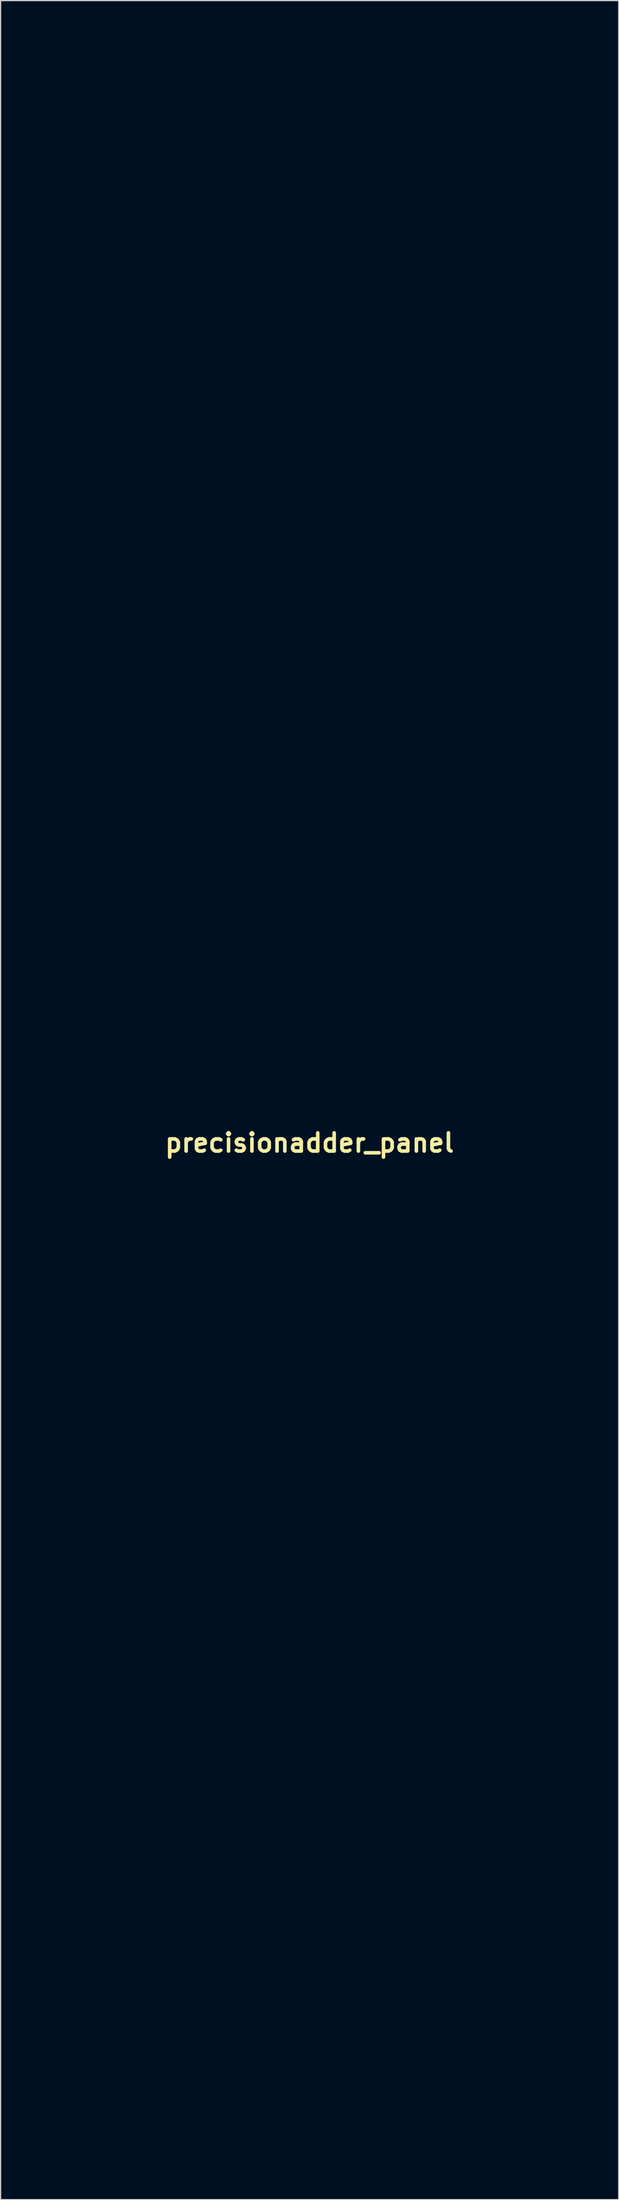
<source format=kicad_pcb>
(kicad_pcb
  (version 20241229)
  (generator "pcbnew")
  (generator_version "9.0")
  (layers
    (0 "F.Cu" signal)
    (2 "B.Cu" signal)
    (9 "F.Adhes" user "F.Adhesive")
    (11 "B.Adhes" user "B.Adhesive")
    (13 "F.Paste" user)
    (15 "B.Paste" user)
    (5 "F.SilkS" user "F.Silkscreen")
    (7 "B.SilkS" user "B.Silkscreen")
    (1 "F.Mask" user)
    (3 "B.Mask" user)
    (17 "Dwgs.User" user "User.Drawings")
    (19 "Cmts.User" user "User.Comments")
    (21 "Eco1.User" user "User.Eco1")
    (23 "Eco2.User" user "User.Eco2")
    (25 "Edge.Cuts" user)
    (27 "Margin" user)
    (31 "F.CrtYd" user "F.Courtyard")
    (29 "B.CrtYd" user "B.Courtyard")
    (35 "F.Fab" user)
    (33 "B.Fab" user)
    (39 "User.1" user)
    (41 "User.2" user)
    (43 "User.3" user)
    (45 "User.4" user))
  (footprint "precisionadder_panel"
    (layer "F.Cu")
    (at 22.895 92.692)
    (property "Reference" "precisionadder_panel" (at 0 0 0) (layer "F.SilkS") (effects (font (size 1.524 1.524) (thickness 0.3))))
    (attr board_only exclude_from_pos_files exclude_from_bom)
    (fp_poly (pts (xy -11.504 -49.858) (xy -12.013 -49.858) (xy -12.013 -50.342) (xy -11.504 -50.342)) (stroke (width 0) (type solid)) (fill yes) (layer "F.Mask"))
    (fp_poly (pts (xy -11.504 -24.789) (xy -12.013 -24.789) (xy -12.013 -25.298) (xy -11.504 -25.298)) (stroke (width 0) (type solid)) (fill yes) (layer "F.Mask"))
    (fp_poly (pts (xy -11.504 0.255) (xy -12.013 0.255) (xy -12.013 -0.255) (xy -11.504 -0.255)) (stroke (width 0) (type solid)) (fill yes) (layer "F.Mask"))
    (fp_poly (pts (xy -11.504 25.298) (xy -12.013 25.298) (xy -12.013 24.789) (xy -11.504 24.789)) (stroke (width 0) (type solid)) (fill yes) (layer "F.Mask"))
    (fp_poly (pts (xy -10.511 -49.858) (xy -11.02 -49.858) (xy -11.02 -50.342) (xy -10.511 -50.342)) (stroke (width 0) (type solid)) (fill yes) (layer "F.Mask"))
    (fp_poly (pts (xy -10.511 -24.789) (xy -11.02 -24.789) (xy -11.02 -25.298) (xy -10.511 -25.298)) (stroke (width 0) (type solid)) (fill yes) (layer "F.Mask"))
    (fp_poly (pts (xy -10.511 0.255) (xy -11.02 0.255) (xy -11.02 -0.255) (xy -10.511 -0.255)) (stroke (width 0) (type solid)) (fill yes) (layer "F.Mask"))
    (fp_poly (pts (xy -10.511 25.298) (xy -11.02 25.298) (xy -11.02 24.789) (xy -10.511 24.789)) (stroke (width 0) (type solid)) (fill yes) (layer "F.Mask"))
    (fp_poly (pts (xy -9.493 -49.858) (xy -10.002 -49.858) (xy -10.002 -50.342) (xy -9.493 -50.342)) (stroke (width 0) (type solid)) (fill yes) (layer "F.Mask"))
    (fp_poly (pts (xy -8.501 -49.858) (xy -9.01 -49.858) (xy -9.01 -50.342) (xy -8.501 -50.342)) (stroke (width 0) (type solid)) (fill yes) (layer "F.Mask"))
    (fp_poly (pts (xy -8.501 -24.789) (xy -9.01 -24.789) (xy -9.01 -25.298) (xy -8.501 -25.298)) (stroke (width 0) (type solid)) (fill yes) (layer "F.Mask"))
    (fp_poly (pts (xy -8.501 0.255) (xy -9.01 0.255) (xy -9.01 -0.255) (xy -8.501 -0.255)) (stroke (width 0) (type solid)) (fill yes) (layer "F.Mask"))
    (fp_poly (pts (xy -8.501 25.298) (xy -9.01 25.298) (xy -9.01 24.789) (xy -8.501 24.789)) (stroke (width 0) (type solid)) (fill yes) (layer "F.Mask"))
    (fp_poly (pts (xy -7.508 -49.858) (xy -8.017 -49.858) (xy -8.017 -50.342) (xy -7.508 -50.342)) (stroke (width 0) (type solid)) (fill yes) (layer "F.Mask"))
    (fp_poly (pts (xy -7.508 0.255) (xy -8.017 0.255) (xy -8.017 -0.255) (xy -7.508 -0.255)) (stroke (width 0) (type solid)) (fill yes) (layer "F.Mask"))
    (fp_poly (pts (xy -6.49 -49.858) (xy -6.999 -49.858) (xy -6.999 -50.342) (xy -6.49 -50.342)) (stroke (width 0) (type solid)) (fill yes) (layer "F.Mask"))
    (fp_poly (pts (xy -6.49 0.255) (xy -6.999 0.255) (xy -6.999 -0.255) (xy -6.49 -0.255)) (stroke (width 0) (type solid)) (fill yes) (layer "F.Mask"))
    (fp_poly (pts (xy -5.497 -49.858) (xy -6.006 -49.858) (xy -6.006 -50.342) (xy -5.497 -50.342)) (stroke (width 0) (type solid)) (fill yes) (layer "F.Mask"))
    (fp_poly (pts (xy -5.497 -24.789) (xy -6.006 -24.789) (xy -6.006 -25.298) (xy -5.497 -25.298)) (stroke (width 0) (type solid)) (fill yes) (layer "F.Mask"))
    (fp_poly (pts (xy -5.497 0.255) (xy -6.006 0.255) (xy -6.006 -0.255) (xy -5.497 -0.255)) (stroke (width 0) (type solid)) (fill yes) (layer "F.Mask"))
    (fp_poly (pts (xy -5.497 25.298) (xy -6.006 25.298) (xy -6.006 24.789) (xy -5.497 24.789)) (stroke (width 0) (type solid)) (fill yes) (layer "F.Mask"))
    (fp_poly (pts (xy -4.505 -49.858) (xy -5.014 -49.858) (xy -5.014 -50.342) (xy -4.505 -50.342)) (stroke (width 0) (type solid)) (fill yes) (layer "F.Mask"))
    (fp_poly (pts (xy -3.487 -49.858) (xy -3.996 -49.858) (xy -3.996 -50.342) (xy -3.487 -50.342)) (stroke (width 0) (type solid)) (fill yes) (layer "F.Mask"))
    (fp_poly (pts (xy -3.487 -24.789) (xy -3.996 -24.789) (xy -3.996 -25.298) (xy -3.487 -25.298)) (stroke (width 0) (type solid)) (fill yes) (layer "F.Mask"))
    (fp_poly (pts (xy -3.487 0.255) (xy -3.996 0.255) (xy -3.996 -0.255) (xy -3.487 -0.255)) (stroke (width 0) (type solid)) (fill yes) (layer "F.Mask"))
    (fp_poly (pts (xy -3.487 25.298) (xy -3.996 25.298) (xy -3.996 24.789) (xy -3.487 24.789)) (stroke (width 0) (type solid)) (fill yes) (layer "F.Mask"))
    (fp_poly (pts (xy -2.494 -49.858) (xy -3.003 -49.858) (xy -3.003 -50.342) (xy -2.494 -50.342)) (stroke (width 0) (type solid)) (fill yes) (layer "F.Mask"))
    (fp_poly (pts (xy -2.494 -24.789) (xy -3.003 -24.789) (xy -3.003 -25.298) (xy -2.494 -25.298)) (stroke (width 0) (type solid)) (fill yes) (layer "F.Mask"))
    (fp_poly (pts (xy -2.494 0.255) (xy -3.003 0.255) (xy -3.003 -0.255) (xy -2.494 -0.255)) (stroke (width 0) (type solid)) (fill yes) (layer "F.Mask"))
    (fp_poly (pts (xy -2.494 25.298) (xy -3.003 25.298) (xy -3.003 24.789) (xy -2.494 24.789)) (stroke (width 0) (type solid)) (fill yes) (layer "F.Mask"))
    (fp_poly (pts (xy -1.476 -49.858) (xy -1.985 -49.858) (xy -1.985 -50.342) (xy -1.476 -50.342)) (stroke (width 0) (type solid)) (fill yes) (layer "F.Mask"))
    (fp_poly (pts (xy -1.476 0.255) (xy -1.985 0.255) (xy -1.985 -0.255) (xy -1.476 -0.255)) (stroke (width 0) (type solid)) (fill yes) (layer "F.Mask"))
    (fp_poly (pts (xy -0.484 -49.858) (xy -0.993 -49.858) (xy -0.993 -50.342) (xy -0.484 -50.342)) (stroke (width 0) (type solid)) (fill yes) (layer "F.Mask"))
    (fp_poly (pts (xy -0.484 -24.789) (xy -0.993 -24.789) (xy -0.993 -25.298) (xy -0.484 -25.298)) (stroke (width 0) (type solid)) (fill yes) (layer "F.Mask"))
    (fp_poly (pts (xy -0.484 0.255) (xy -0.993 0.255) (xy -0.993 -0.255) (xy -0.484 -0.255)) (stroke (width 0) (type solid)) (fill yes) (layer "F.Mask"))
    (fp_poly (pts (xy -0.484 25.298) (xy -0.993 25.298) (xy -0.993 24.789) (xy -0.484 24.789)) (stroke (width 0) (type solid)) (fill yes) (layer "F.Mask"))
    (fp_poly (pts (xy 0.509 -49.858) (xy 0 -49.858) (xy 0 -50.342) (xy 0.509 -50.342)) (stroke (width 0) (type solid)) (fill yes) (layer "F.Mask"))
    (fp_poly (pts (xy 0.509 0.255) (xy 0 0.255) (xy 0 -0.255) (xy 0.509 -0.255)) (stroke (width 0) (type solid)) (fill yes) (layer "F.Mask"))
    (fp_poly (pts (xy 1.527 -49.858) (xy 1.018 -49.858) (xy 1.018 -50.342) (xy 1.527 -50.342)) (stroke (width 0) (type solid)) (fill yes) (layer "F.Mask"))
    (fp_poly (pts (xy 1.527 0.255) (xy 1.018 0.255) (xy 1.018 -0.255) (xy 1.527 -0.255)) (stroke (width 0) (type solid)) (fill yes) (layer "F.Mask"))
    (fp_poly (pts (xy 2.52 -49.858) (xy 2.011 -49.858) (xy 2.011 -50.342) (xy 2.52 -50.342)) (stroke (width 0) (type solid)) (fill yes) (layer "F.Mask"))
    (fp_poly (pts (xy 2.52 -24.789) (xy 2.011 -24.789) (xy 2.011 -25.298) (xy 2.52 -25.298)) (stroke (width 0) (type solid)) (fill yes) (layer "F.Mask"))
    (fp_poly (pts (xy 2.52 0.255) (xy 2.011 0.255) (xy 2.011 -0.255) (xy 2.52 -0.255)) (stroke (width 0) (type solid)) (fill yes) (layer "F.Mask"))
    (fp_poly (pts (xy 2.52 25.298) (xy 2.011 25.298) (xy 2.011 24.789) (xy 2.52 24.789)) (stroke (width 0) (type solid)) (fill yes) (layer "F.Mask"))
    (fp_poly (pts (xy 3.512 -49.858) (xy 3.003 -49.858) (xy 3.003 -50.342) (xy 3.512 -50.342)) (stroke (width 0) (type solid)) (fill yes) (layer "F.Mask"))
    (fp_poly (pts (xy 4.53 -49.858) (xy 4.021 -49.858) (xy 4.021 -50.342) (xy 4.53 -50.342)) (stroke (width 0) (type solid)) (fill yes) (layer "F.Mask"))
    (fp_poly (pts (xy 4.53 -24.789) (xy 4.021 -24.789) (xy 4.021 -25.298) (xy 4.53 -25.298)) (stroke (width 0) (type solid)) (fill yes) (layer "F.Mask"))
    (fp_poly (pts (xy 4.53 0.255) (xy 4.021 0.255) (xy 4.021 -0.255) (xy 4.53 -0.255)) (stroke (width 0) (type solid)) (fill yes) (layer "F.Mask"))
    (fp_poly (pts (xy 4.53 25.298) (xy 4.021 25.298) (xy 4.021 24.789) (xy 4.53 24.789)) (stroke (width 0) (type solid)) (fill yes) (layer "F.Mask"))
    (fp_poly (pts (xy 5.523 -49.858) (xy 5.014 -49.858) (xy 5.014 -50.342) (xy 5.523 -50.342)) (stroke (width 0) (type solid)) (fill yes) (layer "F.Mask"))
    (fp_poly (pts (xy 5.523 -24.789) (xy 5.014 -24.789) (xy 5.014 -25.298) (xy 5.523 -25.298)) (stroke (width 0) (type solid)) (fill yes) (layer "F.Mask"))
    (fp_poly (pts (xy 5.523 0.255) (xy 5.014 0.255) (xy 5.014 -0.255) (xy 5.523 -0.255)) (stroke (width 0) (type solid)) (fill yes) (layer "F.Mask"))
    (fp_poly (pts (xy 5.523 25.298) (xy 5.014 25.298) (xy 5.014 24.789) (xy 5.523 24.789)) (stroke (width 0) (type solid)) (fill yes) (layer "F.Mask"))
    (fp_poly (pts (xy 6.541 -49.858) (xy 6.032 -49.858) (xy 6.032 -50.342) (xy 6.541 -50.342)) (stroke (width 0) (type solid)) (fill yes) (layer "F.Mask"))
    (fp_poly (pts (xy 6.541 0.255) (xy 6.032 0.255) (xy 6.032 -0.255) (xy 6.541 -0.255)) (stroke (width 0) (type solid)) (fill yes) (layer "F.Mask"))
    (fp_poly (pts (xy 7.533 -49.858) (xy 7.024 -49.858) (xy 7.024 -50.342) (xy 7.533 -50.342)) (stroke (width 0) (type solid)) (fill yes) (layer "F.Mask"))
    (fp_poly (pts (xy 7.533 -24.789) (xy 7.024 -24.789) (xy 7.024 -25.298) (xy 7.533 -25.298)) (stroke (width 0) (type solid)) (fill yes) (layer "F.Mask"))
    (fp_poly (pts (xy 7.533 0.255) (xy 7.024 0.255) (xy 7.024 -0.255) (xy 7.533 -0.255)) (stroke (width 0) (type solid)) (fill yes) (layer "F.Mask"))
    (fp_poly (pts (xy 7.533 25.298) (xy 7.024 25.298) (xy 7.024 24.789) (xy 7.533 24.789)) (stroke (width 0) (type solid)) (fill yes) (layer "F.Mask"))
    (fp_poly (pts (xy 8.526 -49.858) (xy 8.017 -49.858) (xy 8.017 -50.342) (xy 8.526 -50.342)) (stroke (width 0) (type solid)) (fill yes) (layer "F.Mask"))
    (fp_poly (pts (xy 8.526 0.255) (xy 8.017 0.255) (xy 8.017 -0.255) (xy 8.526 -0.255)) (stroke (width 0) (type solid)) (fill yes) (layer "F.Mask"))
    (fp_poly (pts (xy 9.544 -49.858) (xy 9.035 -49.858) (xy 9.035 -50.342) (xy 9.544 -50.342)) (stroke (width 0) (type solid)) (fill yes) (layer "F.Mask"))
    (fp_poly (pts (xy 9.544 -24.789) (xy 9.035 -24.789) (xy 9.035 -25.298) (xy 9.544 -25.298)) (stroke (width 0) (type solid)) (fill yes) (layer "F.Mask"))
    (fp_poly (pts (xy 9.544 0.255) (xy 9.035 0.255) (xy 9.035 -0.255) (xy 9.544 -0.255)) (stroke (width 0) (type solid)) (fill yes) (layer "F.Mask"))
    (fp_poly (pts (xy 9.544 25.298) (xy 9.035 25.298) (xy 9.035 24.789) (xy 9.544 24.789)) (stroke (width 0) (type solid)) (fill yes) (layer "F.Mask"))
    (fp_poly (pts (xy 10.537 -49.858) (xy 10.028 -49.858) (xy 10.028 -50.342) (xy 10.537 -50.342)) (stroke (width 0) (type solid)) (fill yes) (layer "F.Mask"))
    (fp_poly (pts (xy 10.537 -24.789) (xy 10.028 -24.789) (xy 10.028 -25.298) (xy 10.537 -25.298)) (stroke (width 0) (type solid)) (fill yes) (layer "F.Mask"))
    (fp_poly (pts (xy 10.537 0.255) (xy 10.028 0.255) (xy 10.028 -0.255) (xy 10.537 -0.255)) (stroke (width 0) (type solid)) (fill yes) (layer "F.Mask"))
    (fp_poly (pts (xy 10.537 25.298) (xy 10.028 25.298) (xy 10.028 24.789) (xy 10.537 24.789)) (stroke (width 0) (type solid)) (fill yes) (layer "F.Mask"))
    (fp_poly (pts (xy 11.555 -49.858) (xy 11.046 -49.858) (xy 11.046 -50.342) (xy 11.555 -50.342)) (stroke (width 0) (type solid)) (fill yes) (layer "F.Mask"))
    (fp_poly (pts (xy 12.547 -49.858) (xy 12.038 -49.858) (xy 12.038 -50.342) (xy 12.547 -50.342)) (stroke (width 0) (type solid)) (fill yes) (layer "F.Mask"))
    (fp_poly (pts (xy 12.547 -24.789) (xy 12.038 -24.789) (xy 12.038 -25.298) (xy 12.547 -25.298)) (stroke (width 0) (type solid)) (fill yes) (layer "F.Mask"))
    (fp_poly (pts (xy 12.547 0.255) (xy 12.038 0.255) (xy 12.038 -0.255) (xy 12.547 -0.255)) (stroke (width 0) (type solid)) (fill yes) (layer "F.Mask"))
    (fp_poly (pts (xy 12.547 25.298) (xy 12.038 25.298) (xy 12.038 24.789) (xy 12.547 24.789)) (stroke (width 0) (type solid)) (fill yes) (layer "F.Mask"))
    (fp_poly (pts (xy -7.508 25.298) (xy -8.019 25.298) (xy -8.004 24.802) (xy -7.756 24.795) (xy -7.508 24.787)) (stroke (width 0) (type solid)) (fill yes) (layer "F.Mask"))
    (fp_poly (pts (xy 0.509 25.298) (xy -0.002 25.298) (xy 0.013 24.802) (xy 0.261 24.795) (xy 0.509 24.787)) (stroke (width 0) (type solid)) (fill yes) (layer "F.Mask"))
    (fp_poly (pts (xy 1.266 24.795) (xy 1.514 24.802) (xy 1.529 25.298) (xy 1.018 25.298) (xy 1.018 24.787)) (stroke (width 0) (type solid)) (fill yes) (layer "F.Mask"))
    (fp_poly (pts (xy 1.514 -24.802) (xy 1.266 -24.795) (xy 1.018 -24.787) (xy 1.018 -25.298) (xy 1.529 -25.298)) (stroke (width 0) (type solid)) (fill yes) (layer "F.Mask"))
    (fp_poly (pts (xy 8.526 25.298) (xy 8.015 25.298) (xy 8.03 24.802) (xy 8.278 24.795) (xy 8.526 24.787)) (stroke (width 0) (type solid)) (fill yes) (layer "F.Mask"))
    (fp_poly (pts (xy -9.754 -0.249) (xy -9.506 -0.242) (xy -9.506 0.242) (xy -9.754 0.249) (xy -10.002 0.256) (xy -10.002 -0.256)) (stroke (width 0) (type solid)) (fill yes) (layer "F.Mask"))
    (fp_poly (pts (xy -9.754 24.795) (xy -9.506 24.802) (xy -9.499 25.05) (xy -9.491 25.298) (xy -10.002 25.298) (xy -10.002 24.787)) (stroke (width 0) (type solid)) (fill yes) (layer "F.Mask"))
    (fp_poly (pts (xy -9.499 -25.05) (xy -9.506 -24.802) (xy -9.754 -24.795) (xy -10.002 -24.787) (xy -10.002 -25.298) (xy -9.491 -25.298)) (stroke (width 0) (type solid)) (fill yes) (layer "F.Mask"))
    (fp_poly (pts (xy -6.751 24.795) (xy -6.503 24.802) (xy -6.495 25.05) (xy -6.488 25.298) (xy -6.999 25.298) (xy -6.999 24.787)) (stroke (width 0) (type solid)) (fill yes) (layer "F.Mask"))
    (fp_poly (pts (xy -6.495 -25.05) (xy -6.503 -24.802) (xy -6.751 -24.795) (xy -6.999 -24.787) (xy -6.999 -25.298) (xy -6.488 -25.298)) (stroke (width 0) (type solid)) (fill yes) (layer "F.Mask"))
    (fp_poly (pts (xy -4.505 25.298) (xy -5.016 25.298) (xy -5.008 25.05) (xy -5.001 24.802) (xy -4.753 24.795) (xy -4.505 24.787)) (stroke (width 0) (type solid)) (fill yes) (layer "F.Mask"))
    (fp_poly (pts (xy -1.737 24.795) (xy -1.489 24.802) (xy -1.482 25.05) (xy -1.474 25.298) (xy -1.985 25.298) (xy -1.985 24.787)) (stroke (width 0) (type solid)) (fill yes) (layer "F.Mask"))
    (fp_poly (pts (xy -1.482 -25.05) (xy -1.489 -24.802) (xy -1.737 -24.795) (xy -1.985 -24.787) (xy -1.985 -25.298) (xy -1.474 -25.298)) (stroke (width 0) (type solid)) (fill yes) (layer "F.Mask"))
    (fp_poly (pts (xy 3.512 25.298) (xy 3.001 25.298) (xy 3.009 25.05) (xy 3.016 24.802) (xy 3.264 24.795) (xy 3.512 24.787)) (stroke (width 0) (type solid)) (fill yes) (layer "F.Mask"))
    (fp_poly (pts (xy 6.28 24.795) (xy 6.528 24.802) (xy 6.535 25.05) (xy 6.543 25.298) (xy 6.032 25.298) (xy 6.032 24.787)) (stroke (width 0) (type solid)) (fill yes) (layer "F.Mask"))
    (fp_poly (pts (xy 6.535 -25.05) (xy 6.528 -24.802) (xy 6.28 -24.795) (xy 6.032 -24.787) (xy 6.032 -25.298) (xy 6.543 -25.298)) (stroke (width 0) (type solid)) (fill yes) (layer "F.Mask"))
    (fp_poly (pts (xy 11.294 -0.249) (xy 11.542 -0.242) (xy 11.542 0.242) (xy 11.294 0.249) (xy 11.046 0.256) (xy 11.046 -0.256)) (stroke (width 0) (type solid)) (fill yes) (layer "F.Mask"))
    (fp_poly (pts (xy 11.294 24.795) (xy 11.542 24.802) (xy 11.549 25.05) (xy 11.557 25.298) (xy 11.046 25.298) (xy 11.046 24.787)) (stroke (width 0) (type solid)) (fill yes) (layer "F.Mask"))
    (fp_poly (pts (xy 11.549 -25.05) (xy 11.542 -24.802) (xy 11.294 -24.795) (xy 11.046 -24.787) (xy 11.046 -25.298) (xy 11.557 -25.298)) (stroke (width 0) (type solid)) (fill yes) (layer "F.Mask"))
    (fp_poly (pts (xy -7.508 -24.789) (xy -7.746 -24.789) (xy -7.851 -24.791) (xy -7.936 -24.795) (xy -7.989 -24.802) (xy -8 -24.806) (xy -8.007 -24.838) (xy -8.013 -24.908) (xy -8.017 -25.004) (xy -8.017 -25.061) (xy -8.017 -25.298) (xy -7.508 -25.298)) (stroke (width 0) (type solid)) (fill yes) (layer "F.Mask"))
    (fp_poly (pts (xy -4.505 -24.789) (xy -4.742 -24.789) (xy -4.848 -24.791) (xy -4.933 -24.795) (xy -4.986 -24.802) (xy -4.997 -24.806) (xy -5.004 -24.838) (xy -5.01 -24.908) (xy -5.013 -25.004) (xy -5.014 -25.061) (xy -5.014 -25.298) (xy -4.505 -25.298)) (stroke (width 0) (type solid)) (fill yes) (layer "F.Mask"))
    (fp_poly (pts (xy -4.505 0.255) (xy -4.747 0.255) (xy -4.871 0.252) (xy -4.95 0.245) (xy -4.993 0.232) (xy -5.003 0.221) (xy -5.008 0.181) (xy -5.01 0.104) (xy -5.01 0.006) (xy -5.009 -0.028) (xy -5.001 -0.242) (xy -4.505 -0.256)) (stroke (width 0) (type solid)) (fill yes) (layer "F.Mask"))
    (fp_poly (pts (xy 0.509 -24.789) (xy 0.271 -24.789) (xy 0.166 -24.791) (xy 0.081 -24.795) (xy 0.028 -24.802) (xy 0.017 -24.806) (xy 0.01 -24.838) (xy 0.004 -24.908) (xy 0.000483 -25.004) (xy 0 -25.061) (xy 0 -25.298) (xy 0.509 -25.298)) (stroke (width 0) (type solid)) (fill yes) (layer "F.Mask"))
    (fp_poly (pts (xy 3.512 -24.789) (xy 3.275 -24.789) (xy 3.169 -24.791) (xy 3.084 -24.795) (xy 3.031 -24.802) (xy 3.02 -24.806) (xy 3.013 -24.838) (xy 3.007 -24.908) (xy 3.004 -25.004) (xy 3.003 -25.061) (xy 3.003 -25.298) (xy 3.512 -25.298)) (stroke (width 0) (type solid)) (fill yes) (layer "F.Mask"))
    (fp_poly (pts (xy 3.512 0.255) (xy 3.27 0.255) (xy 3.146 0.252) (xy 3.067 0.245) (xy 3.025 0.232) (xy 3.014 0.221) (xy 3.009 0.181) (xy 3.007 0.104) (xy 3.007 0.006) (xy 3.008 -0.028) (xy 3.016 -0.242) (xy 3.512 -0.256)) (stroke (width 0) (type solid)) (fill yes) (layer "F.Mask"))
    (fp_poly (pts (xy 8.526 -24.789) (xy 8.289 -24.789) (xy 8.183 -24.791) (xy 8.098 -24.795) (xy 8.045 -24.802) (xy 8.034 -24.806) (xy 8.027 -24.838) (xy 8.021 -24.908) (xy 8.018 -25.004) (xy 8.017 -25.061) (xy 8.017 -25.298) (xy 8.526 -25.298)) (stroke (width 0) (type solid)) (fill yes) (layer "F.Mask"))
    (fp_poly (pts (xy 8.87 -31.014) (xy 8.935 -30.919) (xy 8.951 -30.817) (xy 8.933 -30.743) (xy 8.917 -30.707) (xy 8.901 -30.677) (xy 8.88 -30.653) (xy 8.848 -30.634) (xy 8.801 -30.619) (xy 8.735 -30.608) (xy 8.644 -30.601) (xy 8.524 -30.596) (xy 8.371 -30.593) (xy 8.18 -30.592) (xy 7.945 -30.592) (xy 6.726 -30.592) (xy 6.659 -30.659) (xy 6.605 -30.745) (xy 6.588 -30.847) (xy 6.609 -30.946) (xy 6.654 -31.013) (xy 6.717 -31.076) (xy 8.808 -31.076)) (stroke (width 0) (type solid)) (fill yes) (layer "F.Mask"))
    (fp_poly (pts (xy 8.862 19.086) (xy 8.918 19.146) (xy 8.941 19.208) (xy 8.945 19.266) (xy 8.937 19.346) (xy 8.905 19.404) (xy 8.862 19.447) (xy 8.78 19.521) (xy 7.781 19.519) (xy 7.559 19.518) (xy 7.351 19.516) (xy 7.163 19.514) (xy 7.002 19.51) (xy 6.872 19.506) (xy 6.78 19.502) (xy 6.732 19.497) (xy 6.728 19.496) (xy 6.65 19.44) (xy 6.604 19.356) (xy 6.592 19.259) (xy 6.615 19.161) (xy 6.666 19.086) (xy 6.741 19.012) (xy 8.78 19.012)) (stroke (width 0) (type solid)) (fill yes) (layer "F.Mask"))
    (fp_poly (pts (xy 8.017 -56.144) (xy 8.22 -56.144) (xy 8.383 -56.143) (xy 8.511 -56.141) (xy 8.608 -56.138) (xy 8.68 -56.133) (xy 8.732 -56.127) (xy 8.77 -56.119) (xy 8.798 -56.109) (xy 8.821 -56.096) (xy 8.826 -56.094) (xy 8.913 -56.017) (xy 8.953 -55.928) (xy 8.944 -55.833) (xy 8.887 -55.738) (xy 8.872 -55.722) (xy 8.786 -55.636) (xy 6.748 -55.636) (xy 6.67 -55.702) (xy 6.615 -55.76) (xy 6.594 -55.826) (xy 6.592 -55.869) (xy 6.604 -55.978) (xy 6.646 -56.053) (xy 6.719 -56.106) (xy 6.745 -56.116) (xy 6.784 -56.125) (xy 6.841 -56.131) (xy 6.921 -56.136) (xy 7.029 -56.14) (xy 7.169 -56.142) (xy 7.346 -56.144) (xy 7.566 -56.144) (xy 7.768 -56.145)) (stroke (width 0) (type solid)) (fill yes) (layer "F.Mask"))
    (fp_poly (pts (xy 8.867 -5.964) (xy 8.934 -5.868) (xy 8.953 -5.769) (xy 8.925 -5.673) (xy 8.849 -5.589) (xy 8.847 -5.588) (xy 8.828 -5.575) (xy 8.805 -5.564) (xy 8.773 -5.555) (xy 8.728 -5.548) (xy 8.665 -5.543) (xy 8.578 -5.539) (xy 8.462 -5.536) (xy 8.312 -5.534) (xy 8.123 -5.532) (xy 7.891 -5.53) (xy 7.793 -5.53) (xy 7.532 -5.529) (xy 7.317 -5.528) (xy 7.144 -5.529) (xy 7.007 -5.531) (xy 6.903 -5.535) (xy 6.826 -5.54) (xy 6.773 -5.547) (xy 6.737 -5.556) (xy 6.727 -5.559) (xy 6.648 -5.612) (xy 6.605 -5.688) (xy 6.592 -5.798) (xy 6.592 -5.799) (xy 6.601 -5.878) (xy 6.638 -5.936) (xy 6.67 -5.966) (xy 6.748 -6.032) (xy 8.799 -6.032)) (stroke (width 0) (type solid)) (fill yes) (layer "F.Mask"))
    (fp_poly (pts (xy 13.644 63.702) (xy 13.702 63.793) (xy 13.72 63.899) (xy 13.696 64.002) (xy 13.692 64.01) (xy 13.674 64.041) (xy 13.651 64.066) (xy 13.621 64.087) (xy 13.577 64.103) (xy 13.514 64.115) (xy 13.429 64.123) (xy 13.316 64.129) (xy 13.17 64.133) (xy 12.987 64.134) (xy 12.761 64.135) (xy 12.542 64.135) (xy 12.322 64.134) (xy 12.117 64.132) (xy 11.932 64.129) (xy 11.774 64.126) (xy 11.648 64.121) (xy 11.56 64.117) (xy 11.516 64.112) (xy 11.514 64.111) (xy 11.446 64.065) (xy 11.388 63.993) (xy 11.355 63.917) (xy 11.351 63.89) (xy 11.371 63.794) (xy 11.424 63.709) (xy 11.49 63.658) (xy 11.526 63.649) (xy 11.595 63.642) (xy 11.699 63.637) (xy 11.842 63.633) (xy 12.027 63.63) (xy 12.257 63.628) (xy 12.534 63.627) (xy 12.563 63.627) (xy 13.569 63.627)) (stroke (width 0) (type solid)) (fill yes) (layer "F.Mask"))
    (fp_poly (pts (xy 17.594 -57.177) (xy 17.643 -57.139) (xy 17.727 -57.065) (xy 17.735 -56.669) (xy 17.743 -56.272) (xy 18.519 -56.272) (xy 18.587 -56.201) (xy 18.645 -56.109) (xy 18.659 -56.009) (xy 18.629 -55.915) (xy 18.577 -55.854) (xy 18.545 -55.829) (xy 18.513 -55.811) (xy 18.472 -55.799) (xy 18.412 -55.793) (xy 18.325 -55.789) (xy 18.201 -55.788) (xy 18.121 -55.788) (xy 17.743 -55.788) (xy 17.735 -55.392) (xy 17.727 -54.995) (xy 17.643 -54.921) (xy 17.544 -54.859) (xy 17.445 -54.846) (xy 17.349 -54.884) (xy 17.305 -54.921) (xy 17.23 -54.995) (xy 17.23 -55.788) (xy 16.837 -55.788) (xy 16.687 -55.789) (xy 16.579 -55.791) (xy 16.504 -55.795) (xy 16.453 -55.803) (xy 16.418 -55.817) (xy 16.389 -55.836) (xy 16.373 -55.85) (xy 16.326 -55.9) (xy 16.306 -55.957) (xy 16.301 -56.03) (xy 16.307 -56.113) (xy 16.331 -56.168) (xy 16.373 -56.211) (xy 16.402 -56.234) (xy 16.433 -56.25) (xy 16.475 -56.261) (xy 16.536 -56.268) (xy 16.625 -56.271) (xy 16.752 -56.272) (xy 16.837 -56.272) (xy 17.23 -56.272) (xy 17.23 -57.065) (xy 17.305 -57.139) (xy 17.396 -57.201) (xy 17.494 -57.214)) (stroke (width 0) (type solid)) (fill yes) (layer "F.Mask"))
    (fp_poly (pts (xy -12.386 62.488) (xy -12.329 62.534) (xy -12.255 62.612) (xy -12.238 63.373) (xy -11.898 63.373) (xy -11.766 63.374) (xy -11.648 63.379) (xy -11.555 63.386) (xy -11.5 63.395) (xy -11.495 63.397) (xy -11.4 63.456) (xy -11.342 63.539) (xy -11.324 63.636) (xy -11.348 63.734) (xy -11.4 63.807) (xy -11.474 63.882) (xy -12.242 63.882) (xy -12.242 64.226) (xy -12.245 64.414) (xy -12.258 64.557) (xy -12.281 64.662) (xy -12.317 64.734) (xy -12.37 64.78) (xy -12.44 64.806) (xy -12.475 64.812) (xy -12.567 64.807) (xy -12.629 64.785) (xy -12.688 64.741) (xy -12.725 64.697) (xy -12.734 64.655) (xy -12.742 64.572) (xy -12.748 64.458) (xy -12.751 64.324) (xy -12.751 64.265) (xy -12.751 63.882) (xy -13.144 63.882) (xy -13.294 63.881) (xy -13.403 63.879) (xy -13.478 63.875) (xy -13.529 63.866) (xy -13.564 63.853) (xy -13.593 63.834) (xy -13.604 63.824) (xy -13.665 63.739) (xy -13.684 63.663) (xy -13.688 63.59) (xy -13.67 63.535) (xy -13.622 63.473) (xy -13.621 63.472) (xy -13.544 63.385) (xy -13.148 63.377) (xy -12.751 63.369) (xy -12.751 62.605) (xy -12.677 62.531) (xy -12.583 62.468) (xy -12.484 62.454)) (stroke (width 0) (type solid)) (fill yes) (layer "F.Mask"))
    (fp_poly (pts (xy -5.611 -91.191) (xy -5.382 -91.19) (xy -5.194 -91.189) (xy -5.044 -91.188) (xy -4.927 -91.186) (xy -4.839 -91.183) (xy -4.774 -91.178) (xy -4.729 -91.172) (xy -4.698 -91.165) (xy -4.678 -91.156) (xy -4.663 -91.145) (xy -4.658 -91.14) (xy -4.636 -91.114) (xy -4.622 -91.079) (xy -4.613 -91.027) (xy -4.608 -90.947) (xy -4.607 -90.831) (xy -4.607 -90.764) (xy -4.608 -90.617) (xy -4.613 -90.513) (xy -4.623 -90.443) (xy -4.637 -90.397) (xy -4.646 -90.382) (xy -4.686 -90.325) (xy -5.892 -90.325) (xy -6.174 -90.325) (xy -6.409 -90.326) (xy -6.603 -90.327) (xy -6.758 -90.329) (xy -6.88 -90.331) (xy -6.972 -90.335) (xy -7.039 -90.34) (xy -7.085 -90.346) (xy -7.115 -90.353) (xy -7.133 -90.362) (xy -7.137 -90.365) (xy -7.154 -90.391) (xy -7.165 -90.435) (xy -7.172 -90.504) (xy -7.176 -90.609) (xy -7.177 -90.755) (xy -7.177 -90.758) (xy -7.177 -90.899) (xy -7.175 -90.998) (xy -7.169 -91.064) (xy -7.16 -91.105) (xy -7.145 -91.13) (xy -7.124 -91.149) (xy -7.121 -91.151) (xy -7.102 -91.16) (xy -7.072 -91.168) (xy -7.027 -91.175) (xy -6.963 -91.18) (xy -6.874 -91.184) (xy -6.757 -91.186) (xy -6.607 -91.188) (xy -6.419 -91.19) (xy -6.19 -91.19) (xy -5.915 -91.191) (xy -5.886 -91.191)) (stroke (width 0) (type solid)) (fill yes) (layer "F.Mask"))
    (fp_poly (pts (xy 17.577 -32.148) (xy 17.639 -32.099) (xy 17.64 -32.099) (xy 17.727 -32.022) (xy 17.735 -31.625) (xy 17.743 -31.228) (xy 18.507 -31.228) (xy 18.581 -31.154) (xy 18.641 -31.063) (xy 18.657 -30.964) (xy 18.631 -30.869) (xy 18.566 -30.789) (xy 18.486 -30.743) (xy 18.438 -30.734) (xy 18.35 -30.727) (xy 18.235 -30.722) (xy 18.104 -30.719) (xy 18.081 -30.719) (xy 17.739 -30.719) (xy 17.739 -30.377) (xy 17.738 -30.245) (xy 17.733 -30.126) (xy 17.726 -30.033) (xy 17.717 -29.978) (xy 17.715 -29.973) (xy 17.656 -29.878) (xy 17.573 -29.82) (xy 17.476 -29.801) (xy 17.378 -29.825) (xy 17.305 -29.877) (xy 17.23 -29.952) (xy 17.23 -30.715) (xy 16.838 -30.723) (xy 16.688 -30.727) (xy 16.58 -30.731) (xy 16.505 -30.738) (xy 16.455 -30.747) (xy 16.42 -30.762) (xy 16.392 -30.782) (xy 16.38 -30.793) (xy 16.322 -30.877) (xy 16.3 -30.976) (xy 16.313 -31.075) (xy 16.36 -31.158) (xy 16.414 -31.202) (xy 16.457 -31.211) (xy 16.54 -31.219) (xy 16.655 -31.225) (xy 16.791 -31.228) (xy 16.847 -31.228) (xy 17.23 -31.228) (xy 17.23 -31.621) (xy 17.231 -31.772) (xy 17.233 -31.88) (xy 17.237 -31.955) (xy 17.246 -32.006) (xy 17.259 -32.042) (xy 17.278 -32.07) (xy 17.288 -32.081) (xy 17.373 -32.142) (xy 17.449 -32.162) (xy 17.522 -32.166)) (stroke (width 0) (type solid)) (fill yes) (layer "F.Mask"))
    (fp_poly (pts (xy 12.619 38.146) (xy 12.681 38.176) (xy 12.719 38.209) (xy 12.745 38.237) (xy 12.764 38.265) (xy 12.777 38.302) (xy 12.786 38.356) (xy 12.791 38.437) (xy 12.795 38.553) (xy 12.797 38.673) (xy 12.805 39.067) (xy 13.569 39.067) (xy 13.644 39.142) (xy 13.704 39.233) (xy 13.72 39.331) (xy 13.694 39.427) (xy 13.629 39.506) (xy 13.549 39.552) (xy 13.5 39.561) (xy 13.413 39.569) (xy 13.298 39.574) (xy 13.167 39.576) (xy 13.146 39.576) (xy 12.805 39.576) (xy 12.797 39.956) (xy 12.789 40.336) (xy 12.714 40.414) (xy 12.622 40.479) (xy 12.523 40.495) (xy 12.425 40.463) (xy 12.367 40.418) (xy 12.293 40.344) (xy 12.293 39.581) (xy 11.899 39.572) (xy 11.749 39.569) (xy 11.642 39.565) (xy 11.568 39.559) (xy 11.518 39.549) (xy 11.484 39.535) (xy 11.456 39.514) (xy 11.434 39.493) (xy 11.386 39.432) (xy 11.366 39.363) (xy 11.364 39.306) (xy 11.37 39.224) (xy 11.396 39.169) (xy 11.435 39.129) (xy 11.465 39.105) (xy 11.496 39.089) (xy 11.537 39.078) (xy 11.598 39.071) (xy 11.688 39.068) (xy 11.814 39.067) (xy 11.9 39.067) (xy 12.293 39.067) (xy 12.293 38.674) (xy 12.293 38.524) (xy 12.295 38.416) (xy 12.299 38.341) (xy 12.308 38.29) (xy 12.321 38.255) (xy 12.341 38.226) (xy 12.354 38.21) (xy 12.405 38.163) (xy 12.464 38.142) (xy 12.532 38.138)) (stroke (width 0) (type solid)) (fill yes) (layer "F.Mask"))
    (fp_poly (pts (xy -12.385 38.042) (xy -12.312 38.109) (xy -12.295 38.138) (xy -12.283 38.178) (xy -12.275 38.24) (xy -12.27 38.331) (xy -12.268 38.46) (xy -12.268 38.552) (xy -12.267 38.94) (xy -11.877 38.94) (xy -11.727 38.94) (xy -11.62 38.942) (xy -11.546 38.947) (xy -11.496 38.955) (xy -11.462 38.968) (xy -11.435 38.988) (xy -11.419 39.001) (xy -11.352 39.093) (xy -11.332 39.193) (xy -11.357 39.291) (xy -11.427 39.376) (xy -11.437 39.384) (xy -11.47 39.404) (xy -11.51 39.419) (xy -11.566 39.43) (xy -11.648 39.437) (xy -11.764 39.441) (xy -11.887 39.444) (xy -12.267 39.453) (xy -12.267 40.216) (xy -12.342 40.291) (xy -12.413 40.345) (xy -12.491 40.364) (xy -12.514 40.364) (xy -12.591 40.357) (xy -12.652 40.339) (xy -12.658 40.336) (xy -12.703 40.297) (xy -12.736 40.236) (xy -12.758 40.145) (xy -12.771 40.019) (xy -12.776 39.85) (xy -12.776 39.793) (xy -12.776 39.449) (xy -13.121 39.449) (xy -13.309 39.445) (xy -13.452 39.433) (xy -13.556 39.41) (xy -13.626 39.372) (xy -13.668 39.318) (xy -13.689 39.244) (xy -13.693 39.173) (xy -13.683 39.094) (xy -13.646 39.035) (xy -13.614 39.006) (xy -13.582 38.98) (xy -13.55 38.962) (xy -13.509 38.951) (xy -13.449 38.944) (xy -13.362 38.941) (xy -13.238 38.94) (xy -13.158 38.94) (xy -12.78 38.94) (xy -12.772 38.543) (xy -12.764 38.147) (xy -12.681 38.072) (xy -12.582 38.013) (xy -12.482 38.003)) (stroke (width 0) (type solid)) (fill yes) (layer "F.Mask"))
    (fp_poly (pts (xy 17.555 17.949) (xy 17.624 17.973) (xy 17.674 18.019) (xy 17.708 18.094) (xy 17.728 18.203) (xy 17.737 18.352) (xy 17.739 18.502) (xy 17.739 18.859) (xy 18.097 18.859) (xy 18.282 18.862) (xy 18.423 18.874) (xy 18.524 18.897) (xy 18.593 18.934) (xy 18.633 18.988) (xy 18.652 19.061) (xy 18.656 19.127) (xy 18.641 19.212) (xy 18.589 19.286) (xy 18.581 19.294) (xy 18.507 19.368) (xy 17.743 19.368) (xy 17.735 19.762) (xy 17.731 19.912) (xy 17.727 20.02) (xy 17.721 20.094) (xy 17.712 20.144) (xy 17.698 20.178) (xy 17.678 20.204) (xy 17.662 20.221) (xy 17.582 20.274) (xy 17.488 20.3) (xy 17.4 20.294) (xy 17.37 20.282) (xy 17.32 20.249) (xy 17.283 20.213) (xy 17.258 20.165) (xy 17.243 20.097) (xy 17.235 19.999) (xy 17.231 19.865) (xy 17.231 19.756) (xy 17.23 19.368) (xy 16.86 19.368) (xy 16.687 19.366) (xy 16.557 19.359) (xy 16.464 19.344) (xy 16.398 19.32) (xy 16.354 19.284) (xy 16.323 19.235) (xy 16.315 19.218) (xy 16.296 19.111) (xy 16.325 19.007) (xy 16.381 18.932) (xy 16.408 18.909) (xy 16.439 18.893) (xy 16.481 18.881) (xy 16.545 18.874) (xy 16.638 18.869) (xy 16.769 18.865) (xy 16.838 18.864) (xy 17.23 18.856) (xy 17.23 18.478) (xy 17.231 18.331) (xy 17.232 18.226) (xy 17.237 18.154) (xy 17.246 18.105) (xy 17.261 18.069) (xy 17.282 18.038) (xy 17.296 18.021) (xy 17.355 17.966) (xy 17.42 17.945) (xy 17.463 17.943)) (stroke (width 0) (type solid)) (fill yes) (layer "F.Mask"))
    (fp_poly (pts (xy 17.559 -7.102) (xy 17.587 -7.088) (xy 17.643 -7.052) (xy 17.683 -7.007) (xy 17.711 -6.943) (xy 17.728 -6.854) (xy 17.737 -6.73) (xy 17.739 -6.565) (xy 17.739 -6.542) (xy 17.739 -6.185) (xy 18.507 -6.185) (xy 18.581 -6.11) (xy 18.637 -6.035) (xy 18.655 -5.953) (xy 18.656 -5.943) (xy 18.649 -5.854) (xy 18.624 -5.787) (xy 18.576 -5.738) (xy 18.499 -5.706) (xy 18.386 -5.686) (xy 18.233 -5.677) (xy 18.097 -5.676) (xy 17.739 -5.676) (xy 17.739 -5.318) (xy 17.736 -5.133) (xy 17.725 -4.993) (xy 17.702 -4.892) (xy 17.665 -4.823) (xy 17.611 -4.783) (xy 17.537 -4.763) (xy 17.463 -4.759) (xy 17.384 -4.769) (xy 17.326 -4.806) (xy 17.296 -4.838) (xy 17.271 -4.87) (xy 17.253 -4.902) (xy 17.241 -4.943) (xy 17.234 -5.002) (xy 17.231 -5.089) (xy 17.23 -5.213) (xy 17.23 -5.296) (xy 17.23 -5.676) (xy 16.85 -5.676) (xy 16.703 -5.676) (xy 16.598 -5.678) (xy 16.525 -5.683) (xy 16.476 -5.691) (xy 16.44 -5.706) (xy 16.41 -5.727) (xy 16.394 -5.74) (xy 16.323 -5.829) (xy 16.296 -5.932) (xy 16.315 -6.035) (xy 16.344 -6.088) (xy 16.384 -6.127) (xy 16.442 -6.155) (xy 16.527 -6.172) (xy 16.646 -6.181) (xy 16.805 -6.184) (xy 16.86 -6.185) (xy 17.23 -6.185) (xy 17.23 -6.552) (xy 17.232 -6.721) (xy 17.238 -6.847) (xy 17.251 -6.937) (xy 17.272 -7.001) (xy 17.305 -7.044) (xy 17.35 -7.076) (xy 17.371 -7.087) (xy 17.445 -7.117) (xy 17.5 -7.122)) (stroke (width 0) (type solid)) (fill yes) (layer "F.Mask"))
    (fp_poly (pts (xy 12.724 14.626) (xy 12.893 14.696) (xy 13.039 14.81) (xy 13.158 14.965) (xy 13.179 15.003) (xy 13.247 15.131) (xy 13.247 16.938) (xy 13.179 17.065) (xy 13.067 17.23) (xy 12.931 17.35) (xy 12.77 17.426) (xy 12.585 17.457) (xy 12.547 17.458) (xy 12.444 17.452) (xy 12.346 17.439) (xy 12.29 17.424) (xy 12.15 17.351) (xy 12.023 17.243) (xy 11.922 17.112) (xy 11.86 16.974) (xy 11.853 16.927) (xy 11.848 16.836) (xy 11.843 16.706) (xy 11.839 16.543) (xy 11.837 16.354) (xy 11.835 16.145) (xy 11.835 16.034) (xy 12.242 16.034) (xy 12.242 16.272) (xy 12.244 16.464) (xy 12.247 16.617) (xy 12.253 16.734) (xy 12.263 16.823) (xy 12.277 16.887) (xy 12.296 16.934) (xy 12.322 16.967) (xy 12.354 16.993) (xy 12.389 17.014) (xy 12.483 17.042) (xy 12.592 17.039) (xy 12.692 17.007) (xy 12.74 16.974) (xy 12.79 16.908) (xy 12.826 16.828) (xy 12.827 16.825) (xy 12.835 16.771) (xy 12.841 16.674) (xy 12.846 16.544) (xy 12.849 16.388) (xy 12.851 16.215) (xy 12.852 16.033) (xy 12.851 15.852) (xy 12.849 15.679) (xy 12.845 15.523) (xy 12.84 15.392) (xy 12.834 15.295) (xy 12.826 15.24) (xy 12.826 15.24) (xy 12.775 15.135) (xy 12.696 15.062) (xy 12.6 15.022) (xy 12.497 15.016) (xy 12.398 15.047) (xy 12.315 15.115) (xy 12.28 15.169) (xy 12.269 15.198) (xy 12.26 15.242) (xy 12.253 15.306) (xy 12.248 15.396) (xy 12.245 15.516) (xy 12.243 15.673) (xy 12.242 15.872) (xy 12.242 16.034) (xy 11.835 16.034) (xy 11.835 16.007) (xy 11.835 15.128) (xy 11.9 14.997) (xy 12.005 14.839) (xy 12.143 14.719) (xy 12.306 14.639) (xy 12.489 14.604) (xy 12.535 14.602)) (stroke (width 0) (type solid)) (fill yes) (layer "F.Mask"))
    (fp_poly (pts (xy -14.553 -92.602) (xy -14.469 -92.598) (xy -14.417 -92.59) (xy -14.385 -92.575) (xy -14.365 -92.554) (xy -14.358 -92.537) (xy -14.351 -92.506) (xy -14.346 -92.457) (xy -14.341 -92.387) (xy -14.338 -92.293) (xy -14.335 -92.17) (xy -14.333 -92.015) (xy -14.331 -91.825) (xy -14.33 -91.596) (xy -14.329 -91.325) (xy -14.329 -91.007) (xy -14.329 -90.868) (xy -14.329 -90.539) (xy -14.329 -90.257) (xy -14.33 -90.019) (xy -14.33 -89.82) (xy -14.332 -89.657) (xy -14.334 -89.526) (xy -14.336 -89.423) (xy -14.34 -89.344) (xy -14.344 -89.286) (xy -14.35 -89.246) (xy -14.356 -89.218) (xy -14.364 -89.199) (xy -14.373 -89.187) (xy -14.38 -89.18) (xy -14.406 -89.159) (xy -14.44 -89.144) (xy -14.492 -89.135) (xy -14.572 -89.131) (xy -14.688 -89.129) (xy -14.757 -89.129) (xy -14.908 -89.131) (xy -15.016 -89.137) (xy -15.087 -89.147) (xy -15.129 -89.163) (xy -15.132 -89.165) (xy -15.144 -89.175) (xy -15.153 -89.191) (xy -15.161 -89.216) (xy -15.168 -89.255) (xy -15.173 -89.312) (xy -15.177 -89.392) (xy -15.18 -89.5) (xy -15.183 -89.64) (xy -15.185 -89.816) (xy -15.186 -90.033) (xy -15.188 -90.295) (xy -15.189 -90.366) (xy -15.191 -90.658) (xy -15.194 -90.914) (xy -15.198 -91.13) (xy -15.203 -91.306) (xy -15.208 -91.437) (xy -15.214 -91.523) (xy -15.221 -91.561) (xy -15.221 -91.562) (xy -15.258 -91.578) (xy -15.332 -91.592) (xy -15.427 -91.601) (xy -15.436 -91.602) (xy -15.533 -91.611) (xy -15.612 -91.625) (xy -15.655 -91.642) (xy -15.657 -91.643) (xy -15.677 -91.688) (xy -15.691 -91.768) (xy -15.699 -91.865) (xy -15.699 -91.966) (xy -15.692 -92.052) (xy -15.68 -92.101) (xy -15.65 -92.142) (xy -15.586 -92.197) (xy -15.486 -92.269) (xy -15.344 -92.36) (xy -15.302 -92.387) (xy -14.952 -92.603) (xy -14.677 -92.603)) (stroke (width 0) (type solid)) (fill yes) (layer "F.Mask"))
    (fp_poly (pts (xy 12.645 -35.489) (xy 12.724 -35.479) (xy 12.792 -35.457) (xy 12.868 -35.418) (xy 12.878 -35.412) (xy 13.032 -35.298) (xy 13.148 -35.153) (xy 13.221 -34.989) (xy 13.234 -34.919) (xy 13.244 -34.806) (xy 13.252 -34.659) (xy 13.258 -34.486) (xy 13.262 -34.296) (xy 13.263 -34.096) (xy 13.263 -33.894) (xy 13.26 -33.7) (xy 13.255 -33.522) (xy 13.247 -33.366) (xy 13.238 -33.243) (xy 13.226 -33.161) (xy 13.222 -33.146) (xy 13.148 -32.981) (xy 13.037 -32.843) (xy 12.897 -32.736) (xy 12.735 -32.665) (xy 12.562 -32.634) (xy 12.384 -32.648) (xy 12.316 -32.666) (xy 12.19 -32.727) (xy 12.066 -32.824) (xy 11.96 -32.94) (xy 11.895 -33.047) (xy 11.879 -33.082) (xy 11.866 -33.116) (xy 11.856 -33.155) (xy 11.849 -33.204) (xy 11.843 -33.269) (xy 11.839 -33.355) (xy 11.837 -33.469) (xy 11.836 -33.616) (xy 11.835 -33.802) (xy 11.835 -34.032) (xy 11.835 -34.066) (xy 11.836 -34.32) (xy 11.837 -34.528) (xy 11.84 -34.697) (xy 11.846 -34.832) (xy 11.852 -34.892) (xy 12.24 -34.892) (xy 12.255 -33.217) (xy 12.317 -33.151) (xy 12.417 -33.077) (xy 12.531 -33.051) (xy 12.654 -33.075) (xy 12.693 -33.092) (xy 12.733 -33.113) (xy 12.765 -33.137) (xy 12.789 -33.169) (xy 12.808 -33.215) (xy 12.822 -33.281) (xy 12.832 -33.371) (xy 12.839 -33.492) (xy 12.843 -33.649) (xy 12.846 -33.847) (xy 12.848 -34.015) (xy 12.85 -34.257) (xy 12.85 -34.454) (xy 12.847 -34.61) (xy 12.841 -34.732) (xy 12.83 -34.825) (xy 12.815 -34.895) (xy 12.795 -34.946) (xy 12.768 -34.985) (xy 12.734 -35.017) (xy 12.717 -35.031) (xy 12.614 -35.076) (xy 12.531 -35.084) (xy 12.455 -35.079) (xy 12.4 -35.056) (xy 12.343 -35.004) (xy 12.328 -34.988) (xy 12.24 -34.892) (xy 11.852 -34.892) (xy 11.856 -34.939) (xy 11.871 -35.022) (xy 11.891 -35.089) (xy 11.917 -35.144) (xy 11.951 -35.193) (xy 11.993 -35.241) (xy 12.033 -35.283) (xy 12.146 -35.385) (xy 12.258 -35.449) (xy 12.386 -35.482) (xy 12.535 -35.491)) (stroke (width 0) (type solid)) (fill yes) (layer "F.Mask"))
    (fp_poly (pts (xy 12.668 -10.436) (xy 12.796 -10.407) (xy 12.829 -10.393) (xy 12.97 -10.304) (xy 13.095 -10.178) (xy 13.189 -10.031) (xy 13.204 -9.999) (xy 13.217 -9.966) (xy 13.227 -9.929) (xy 13.234 -9.881) (xy 13.239 -9.816) (xy 13.243 -9.728) (xy 13.245 -9.614) (xy 13.247 -9.465) (xy 13.247 -9.278) (xy 13.247 -9.047) (xy 13.247 -8.106) (xy 13.172 -7.97) (xy 13.06 -7.816) (xy 12.921 -7.698) (xy 12.762 -7.62) (xy 12.59 -7.584) (xy 12.413 -7.593) (xy 12.311 -7.621) (xy 12.148 -7.704) (xy 12.01 -7.824) (xy 11.905 -7.97) (xy 11.864 -8.065) (xy 11.855 -8.117) (xy 11.847 -8.214) (xy 11.842 -8.357) (xy 11.838 -8.546) (xy 11.837 -8.614) (xy 12.244 -8.614) (xy 12.246 -8.456) (xy 12.251 -8.333) (xy 12.26 -8.239) (xy 12.274 -8.171) (xy 12.294 -8.122) (xy 12.32 -8.086) (xy 12.353 -8.06) (xy 12.394 -8.037) (xy 12.404 -8.032) (xy 12.517 -7.996) (xy 12.621 -8.008) (xy 12.703 -8.05) (xy 12.743 -8.08) (xy 12.776 -8.113) (xy 12.801 -8.156) (xy 12.821 -8.213) (xy 12.834 -8.289) (xy 12.843 -8.391) (xy 12.848 -8.524) (xy 12.85 -8.693) (xy 12.849 -8.904) (xy 12.848 -9.073) (xy 12.845 -9.3) (xy 12.842 -9.482) (xy 12.838 -9.625) (xy 12.831 -9.734) (xy 12.821 -9.814) (xy 12.807 -9.872) (xy 12.788 -9.913) (xy 12.763 -9.943) (xy 12.731 -9.967) (xy 12.698 -9.987) (xy 12.586 -10.026) (xy 12.468 -10.021) (xy 12.362 -9.972) (xy 12.338 -9.953) (xy 12.255 -9.879) (xy 12.247 -9.056) (xy 12.245 -8.812) (xy 12.244 -8.614) (xy 11.837 -8.614) (xy 11.835 -8.785) (xy 11.835 -9.033) (xy 11.835 -9.268) (xy 11.836 -9.458) (xy 11.837 -9.608) (xy 11.839 -9.725) (xy 11.843 -9.814) (xy 11.848 -9.88) (xy 11.856 -9.93) (xy 11.865 -9.97) (xy 11.878 -10.004) (xy 11.894 -10.039) (xy 11.895 -10.04) (xy 11.973 -10.165) (xy 12.082 -10.282) (xy 12.205 -10.373) (xy 12.264 -10.403) (xy 12.38 -10.435) (xy 12.522 -10.446)) (stroke (width 0) (type solid)) (fill yes) (layer "F.Mask"))
    (fp_poly (pts (xy 12.681 -60.53) (xy 12.777 -60.515) (xy 12.846 -60.489) (xy 13.003 -60.378) (xy 13.131 -60.234) (xy 13.179 -60.155) (xy 13.247 -60.026) (xy 13.255 -59.178) (xy 13.257 -58.92) (xy 13.257 -58.708) (xy 13.255 -58.536) (xy 13.249 -58.397) (xy 13.239 -58.287) (xy 13.223 -58.199) (xy 13.202 -58.128) (xy 13.174 -58.068) (xy 13.139 -58.014) (xy 13.094 -57.96) (xy 13.069 -57.931) (xy 12.99 -57.855) (xy 12.905 -57.787) (xy 12.846 -57.751) (xy 12.708 -57.705) (xy 12.556 -57.684) (xy 12.414 -57.693) (xy 12.388 -57.698) (xy 12.205 -57.768) (xy 12.051 -57.879) (xy 11.931 -58.026) (xy 11.881 -58.122) (xy 11.868 -58.153) (xy 11.858 -58.189) (xy 11.85 -58.233) (xy 11.844 -58.292) (xy 11.841 -58.371) (xy 11.838 -58.476) (xy 11.837 -58.611) (xy 11.838 -58.784) (xy 11.839 -58.999) (xy 11.84 -59.122) (xy 12.242 -59.122) (xy 12.242 -58.886) (xy 12.244 -58.695) (xy 12.247 -58.544) (xy 12.253 -58.427) (xy 12.262 -58.339) (xy 12.275 -58.274) (xy 12.293 -58.227) (xy 12.317 -58.193) (xy 12.347 -58.164) (xy 12.375 -58.144) (xy 12.461 -58.11) (xy 12.566 -58.107) (xy 12.665 -58.132) (xy 12.712 -58.16) (xy 12.751 -58.192) (xy 12.781 -58.227) (xy 12.805 -58.271) (xy 12.823 -58.328) (xy 12.836 -58.405) (xy 12.844 -58.508) (xy 12.849 -58.642) (xy 12.851 -58.814) (xy 12.851 -59.029) (xy 12.851 -59.115) (xy 12.85 -59.35) (xy 12.848 -59.539) (xy 12.843 -59.689) (xy 12.836 -59.805) (xy 12.824 -59.892) (xy 12.807 -59.957) (xy 12.785 -60.004) (xy 12.756 -60.04) (xy 12.72 -60.07) (xy 12.703 -60.082) (xy 12.589 -60.132) (xy 12.474 -60.132) (xy 12.394 -60.102) (xy 12.354 -60.079) (xy 12.321 -60.054) (xy 12.296 -60.02) (xy 12.276 -59.973) (xy 12.262 -59.907) (xy 12.253 -59.816) (xy 12.247 -59.695) (xy 12.243 -59.54) (xy 12.242 -59.343) (xy 12.242 -59.122) (xy 11.84 -59.122) (xy 11.84 -59.141) (xy 11.842 -59.394) (xy 11.845 -59.602) (xy 11.849 -59.771) (xy 11.855 -59.905) (xy 11.865 -60.01) (xy 11.878 -60.092) (xy 11.897 -60.156) (xy 11.921 -60.208) (xy 11.952 -60.253) (xy 11.991 -60.297) (xy 12.038 -60.344) (xy 12.143 -60.435) (xy 12.251 -60.493) (xy 12.375 -60.525) (xy 12.531 -60.534) (xy 12.547 -60.534)) (stroke (width 0) (type solid)) (fill yes) (layer "F.Mask"))
    (fp_poly (pts (xy -12.046 -92.672) (xy -11.808 -92.618) (xy -11.727 -92.591) (xy -11.552 -92.5) (xy -11.408 -92.373) (xy -11.297 -92.217) (xy -11.22 -92.038) (xy -11.18 -91.841) (xy -11.178 -91.632) (xy -11.216 -91.419) (xy -11.296 -91.207) (xy -11.303 -91.194) (xy -11.378 -91.043) (xy -11.3 -90.958) (xy -11.19 -90.802) (xy -11.114 -90.616) (xy -11.072 -90.411) (xy -11.065 -90.194) (xy -11.093 -89.975) (xy -11.156 -89.763) (xy -11.235 -89.6) (xy -11.32 -89.485) (xy -11.437 -89.367) (xy -11.568 -89.262) (xy -11.682 -89.193) (xy -11.885 -89.114) (xy -12.115 -89.069) (xy -12.357 -89.057) (xy -12.595 -89.082) (xy -12.639 -89.091) (xy -12.863 -89.163) (xy -13.063 -89.28) (xy -13.208 -89.406) (xy -13.352 -89.579) (xy -13.453 -89.769) (xy -13.514 -89.981) (xy -13.537 -90.22) (xy -13.536 -90.28) (xy -12.684 -90.28) (xy -12.684 -90.278) (xy -12.665 -90.147) (xy -12.615 -90.04) (xy -12.537 -89.967) (xy -12.514 -89.955) (xy -12.404 -89.927) (xy -12.276 -89.921) (xy -12.155 -89.939) (xy -12.101 -89.958) (xy -12.029 -90.005) (xy -11.973 -90.064) (xy -11.971 -90.067) (xy -11.938 -90.151) (xy -11.925 -90.261) (xy -11.933 -90.373) (xy -11.961 -90.466) (xy -11.971 -90.483) (xy -12.045 -90.553) (xy -12.151 -90.602) (xy -12.274 -90.624) (xy -12.361 -90.621) (xy -12.501 -90.583) (xy -12.602 -90.513) (xy -12.663 -90.412) (xy -12.684 -90.28) (xy -13.536 -90.28) (xy -13.535 -90.349) (xy -13.511 -90.557) (xy -13.462 -90.731) (xy -13.381 -90.881) (xy -13.313 -90.968) (xy -13.231 -91.061) (xy -13.295 -91.171) (xy -13.37 -91.341) (xy -13.415 -91.538) (xy -13.424 -91.651) (xy -12.649 -91.651) (xy -12.633 -91.526) (xy -12.583 -91.435) (xy -12.495 -91.371) (xy -12.484 -91.365) (xy -12.365 -91.326) (xy -12.254 -91.325) (xy -12.14 -91.359) (xy -12.045 -91.417) (xy -11.988 -91.503) (xy -11.963 -91.623) (xy -11.962 -91.667) (xy -11.982 -91.795) (xy -12.042 -91.891) (xy -12.138 -91.953) (xy -12.268 -91.979) (xy -12.294 -91.98) (xy -12.434 -91.96) (xy -12.541 -91.903) (xy -12.614 -91.813) (xy -12.647 -91.692) (xy -12.649 -91.651) (xy -13.424 -91.651) (xy -13.43 -91.747) (xy -13.414 -91.953) (xy -13.374 -92.113) (xy -13.312 -92.235) (xy -13.216 -92.359) (xy -13.101 -92.47) (xy -12.98 -92.552) (xy -12.973 -92.556) (xy -12.77 -92.634) (xy -12.54 -92.679) (xy -12.294 -92.692)) (stroke (width 0) (type solid)) (fill yes) (layer "F.Mask"))
    (fp_poly (pts (xy 4.713 -92.601) (xy 4.943 -92.6) (xy 5.129 -92.597) (xy 5.277 -92.594) (xy 5.394 -92.588) (xy 5.487 -92.58) (xy 5.562 -92.571) (xy 5.626 -92.558) (xy 5.635 -92.556) (xy 5.851 -92.485) (xy 6.027 -92.386) (xy 6.164 -92.256) (xy 6.267 -92.092) (xy 6.338 -91.889) (xy 6.351 -91.831) (xy 6.363 -91.746) (xy 6.373 -91.619) (xy 6.38 -91.459) (xy 6.385 -91.273) (xy 6.389 -91.071) (xy 6.39 -90.861) (xy 6.388 -90.651) (xy 6.385 -90.45) (xy 6.379 -90.267) (xy 6.372 -90.11) (xy 6.362 -89.987) (xy 6.352 -89.915) (xy 6.285 -89.698) (xy 6.187 -89.519) (xy 6.069 -89.388) (xy 5.986 -89.322) (xy 5.895 -89.268) (xy 5.793 -89.225) (xy 5.672 -89.191) (xy 5.527 -89.165) (xy 5.354 -89.148) (xy 5.145 -89.136) (xy 4.896 -89.13) (xy 4.649 -89.129) (xy 4.445 -89.129) (xy 4.287 -89.131) (xy 4.167 -89.134) (xy 4.08 -89.139) (xy 4.019 -89.146) (xy 3.979 -89.155) (xy 3.953 -89.167) (xy 3.951 -89.169) (xy 3.894 -89.208) (xy 3.894 -90.856) (xy 3.894 -90.859) (xy 4.759 -90.859) (xy 4.76 -90.633) (xy 4.76 -90.453) (xy 4.762 -90.314) (xy 4.764 -90.209) (xy 4.769 -90.133) (xy 4.774 -90.082) (xy 4.782 -90.05) (xy 4.792 -90.032) (xy 4.804 -90.022) (xy 4.859 -90.006) (xy 4.95 -89.997) (xy 5.061 -89.995) (xy 5.178 -89.998) (xy 5.284 -90.007) (xy 5.366 -90.022) (xy 5.396 -90.033) (xy 5.432 -90.056) (xy 5.461 -90.089) (xy 5.483 -90.137) (xy 5.499 -90.205) (xy 5.51 -90.299) (xy 5.517 -90.426) (xy 5.52 -90.589) (xy 5.521 -90.796) (xy 5.521 -90.885) (xy 5.52 -91.107) (xy 5.517 -91.283) (xy 5.511 -91.419) (xy 5.501 -91.522) (xy 5.487 -91.596) (xy 5.466 -91.648) (xy 5.438 -91.682) (xy 5.402 -91.705) (xy 5.37 -91.717) (xy 5.288 -91.736) (xy 5.183 -91.747) (xy 5.069 -91.75) (xy 4.959 -91.746) (xy 4.868 -91.735) (xy 4.809 -91.717) (xy 4.799 -91.711) (xy 4.788 -91.694) (xy 4.779 -91.665) (xy 4.772 -91.619) (xy 4.767 -91.55) (xy 4.763 -91.454) (xy 4.761 -91.324) (xy 4.76 -91.155) (xy 4.759 -90.943) (xy 4.759 -90.859) (xy 3.894 -90.859) (xy 3.894 -91.194) (xy 3.895 -91.484) (xy 3.896 -91.731) (xy 3.897 -91.937) (xy 3.899 -92.106) (xy 3.901 -92.242) (xy 3.905 -92.349) (xy 3.909 -92.429) (xy 3.914 -92.486) (xy 3.92 -92.525) (xy 3.927 -92.548) (xy 3.93 -92.554) (xy 3.943 -92.568) (xy 3.961 -92.579) (xy 3.992 -92.588) (xy 4.039 -92.594) (xy 4.109 -92.598) (xy 4.208 -92.6) (xy 4.342 -92.601) (xy 4.515 -92.601)) (stroke (width 0) (type solid)) (fill yes) (layer "F.Mask"))
    (fp_poly (pts (xy 7.805 -92.601) (xy 7.849 -92.6) (xy 8.105 -92.598) (xy 8.317 -92.594) (xy 8.49 -92.587) (xy 8.632 -92.575) (xy 8.749 -92.559) (xy 8.846 -92.536) (xy 8.932 -92.507) (xy 9.011 -92.47) (xy 9.082 -92.43) (xy 9.23 -92.316) (xy 9.345 -92.17) (xy 9.428 -91.989) (xy 9.483 -91.769) (xy 9.491 -91.715) (xy 9.5 -91.622) (xy 9.507 -91.487) (xy 9.512 -91.322) (xy 9.516 -91.134) (xy 9.517 -90.934) (xy 9.517 -90.732) (xy 9.515 -90.536) (xy 9.511 -90.356) (xy 9.505 -90.203) (xy 9.498 -90.084) (xy 9.492 -90.033) (xy 9.446 -89.806) (xy 9.377 -89.621) (xy 9.28 -89.472) (xy 9.15 -89.353) (xy 8.983 -89.258) (xy 8.831 -89.2) (xy 8.78 -89.185) (xy 8.728 -89.172) (xy 8.668 -89.162) (xy 8.594 -89.155) (xy 8.498 -89.149) (xy 8.376 -89.144) (xy 8.219 -89.14) (xy 8.022 -89.137) (xy 7.89 -89.135) (xy 7.67 -89.132) (xy 7.496 -89.13) (xy 7.361 -89.13) (xy 7.26 -89.131) (xy 7.188 -89.134) (xy 7.138 -89.14) (xy 7.106 -89.148) (xy 7.085 -89.158) (xy 7.07 -89.172) (xy 7.069 -89.173) (xy 7.06 -89.186) (xy 7.052 -89.205) (xy 7.046 -89.234) (xy 7.04 -89.277) (xy 7.036 -89.338) (xy 7.033 -89.42) (xy 7.03 -89.527) (xy 7.028 -89.663) (xy 7.026 -89.832) (xy 7.025 -90.037) (xy 7.025 -90.282) (xy 7.025 -90.464) (xy 7.865 -90.464) (xy 7.867 -90.312) (xy 7.873 -90.196) (xy 7.886 -90.111) (xy 7.908 -90.054) (xy 7.94 -90.018) (xy 7.985 -89.999) (xy 8.044 -89.993) (xy 8.12 -89.994) (xy 8.213 -89.998) (xy 8.225 -89.999) (xy 8.348 -90.003) (xy 8.432 -90.009) (xy 8.486 -90.019) (xy 8.522 -90.035) (xy 8.551 -90.061) (xy 8.566 -90.079) (xy 8.628 -90.15) (xy 8.628 -91.595) (xy 8.567 -91.666) (xy 8.537 -91.698) (xy 8.505 -91.719) (xy 8.459 -91.731) (xy 8.388 -91.739) (xy 8.281 -91.744) (xy 8.243 -91.745) (xy 8.144 -91.75) (xy 8.065 -91.752) (xy 8.003 -91.748) (xy 7.956 -91.732) (xy 7.922 -91.699) (xy 7.899 -91.645) (xy 7.885 -91.564) (xy 7.877 -91.452) (xy 7.873 -91.303) (xy 7.871 -91.112) (xy 7.87 -90.897) (xy 7.867 -90.657) (xy 7.865 -90.464) (xy 7.025 -90.464) (xy 7.025 -90.571) (xy 7.024 -90.878) (xy 7.025 -91.21) (xy 7.025 -91.496) (xy 7.025 -91.738) (xy 7.027 -91.94) (xy 7.028 -92.106) (xy 7.03 -92.239) (xy 7.033 -92.343) (xy 7.037 -92.423) (xy 7.041 -92.481) (xy 7.047 -92.521) (xy 7.053 -92.546) (xy 7.061 -92.562) (xy 7.067 -92.568) (xy 7.089 -92.579) (xy 7.13 -92.587) (xy 7.196 -92.593) (xy 7.291 -92.597) (xy 7.421 -92.6) (xy 7.591 -92.601)) (stroke (width 0) (type solid)) (fill yes) (layer "F.Mask"))
    (fp_poly (pts (xy -2.521 -92.685) (xy -2.265 -92.652) (xy -2.044 -92.582) (xy -1.858 -92.475) (xy -1.707 -92.332) (xy -1.59 -92.151) (xy -1.548 -92.057) (xy -1.517 -91.962) (xy -1.499 -91.86) (xy -1.492 -91.73) (xy -1.491 -91.674) (xy -1.492 -91.552) (xy -1.499 -91.463) (xy -1.515 -91.392) (xy -1.542 -91.321) (xy -1.555 -91.292) (xy -1.624 -91.167) (xy -1.706 -91.052) (xy -1.81 -90.941) (xy -1.94 -90.829) (xy -2.102 -90.711) (xy -2.304 -90.58) (xy -2.388 -90.528) (xy -2.568 -90.412) (xy -2.718 -90.301) (xy -2.834 -90.199) (xy -2.91 -90.109) (xy -2.939 -90.052) (xy -2.956 -89.994) (xy -2.28 -89.994) (xy -2.06 -89.995) (xy -1.886 -89.994) (xy -1.752 -89.99) (xy -1.653 -89.979) (xy -1.584 -89.958) (xy -1.539 -89.925) (xy -1.514 -89.876) (xy -1.503 -89.809) (xy -1.5 -89.72) (xy -1.501 -89.607) (xy -1.502 -89.562) (xy -1.502 -89.424) (xy -1.505 -89.328) (xy -1.512 -89.263) (xy -1.523 -89.222) (xy -1.541 -89.193) (xy -1.553 -89.18) (xy -1.566 -89.168) (xy -1.584 -89.158) (xy -1.611 -89.149) (xy -1.651 -89.143) (xy -1.709 -89.138) (xy -1.789 -89.134) (xy -1.897 -89.132) (xy -2.037 -89.13) (xy -2.214 -89.13) (xy -2.432 -89.129) (xy -2.696 -89.129) (xy -2.705 -89.129) (xy -2.975 -89.129) (xy -3.199 -89.13) (xy -3.381 -89.131) (xy -3.525 -89.133) (xy -3.637 -89.136) (xy -3.721 -89.141) (xy -3.782 -89.146) (xy -3.823 -89.153) (xy -3.85 -89.161) (xy -3.863 -89.169) (xy -3.886 -89.188) (xy -3.902 -89.214) (xy -3.912 -89.255) (xy -3.917 -89.321) (xy -3.919 -89.421) (xy -3.919 -89.532) (xy -3.915 -89.731) (xy -3.901 -89.894) (xy -3.88 -90.006) (xy -3.818 -90.188) (xy -3.727 -90.36) (xy -3.604 -90.527) (xy -3.444 -90.692) (xy -3.243 -90.862) (xy -2.997 -91.039) (xy -2.964 -91.061) (xy -2.835 -91.149) (xy -2.714 -91.236) (xy -2.608 -91.315) (xy -2.53 -91.377) (xy -2.501 -91.403) (xy -2.437 -91.469) (xy -2.405 -91.522) (xy -2.393 -91.581) (xy -2.392 -91.614) (xy -2.4 -91.694) (xy -2.43 -91.748) (xy -2.459 -91.774) (xy -2.546 -91.814) (xy -2.655 -91.827) (xy -2.767 -91.811) (xy -2.828 -91.787) (xy -2.888 -91.736) (xy -2.945 -91.655) (xy -2.988 -91.565) (xy -3.003 -91.494) (xy -3.021 -91.446) (xy -3.053 -91.408) (xy -3.074 -91.391) (xy -3.101 -91.382) (xy -3.139 -91.381) (xy -3.2 -91.389) (xy -3.291 -91.407) (xy -3.42 -91.435) (xy -3.453 -91.442) (xy -3.609 -91.478) (xy -3.72 -91.509) (xy -3.795 -91.54) (xy -3.839 -91.575) (xy -3.86 -91.619) (xy -3.862 -91.677) (xy -3.856 -91.736) (xy -3.804 -91.972) (xy -3.712 -92.176) (xy -3.582 -92.348) (xy -3.416 -92.486) (xy -3.217 -92.59) (xy -2.985 -92.657) (xy -2.722 -92.687)) (stroke (width 0) (type solid)) (fill yes) (layer "F.Mask"))
    (fp_poly (pts (xy -8.513 -92.61) (xy -8.368 -92.608) (xy -8.258 -92.604) (xy -8.178 -92.599) (xy -8.125 -92.593) (xy -8.095 -92.584) (xy -8.093 -92.583) (xy -8.069 -92.569) (xy -8.051 -92.55) (xy -8.039 -92.519) (xy -8.032 -92.466) (xy -8.028 -92.384) (xy -8.024 -92.263) (xy -8.023 -92.18) (xy -8.021 -92.026) (xy -8.023 -91.915) (xy -8.028 -91.842) (xy -8.038 -91.799) (xy -8.05 -91.78) (xy -8.088 -91.77) (xy -8.175 -91.761) (xy -8.311 -91.754) (xy -8.496 -91.748) (xy -8.732 -91.745) (xy -8.757 -91.745) (xy -9.43 -91.738) (xy -9.43 -91.624) (xy -9.421 -91.549) (xy -9.392 -91.497) (xy -9.334 -91.466) (xy -9.24 -91.45) (xy -9.111 -91.445) (xy -8.866 -91.425) (xy -8.651 -91.367) (xy -8.458 -91.267) (xy -8.283 -91.125) (xy -8.272 -91.114) (xy -8.12 -90.927) (xy -8.009 -90.719) (xy -7.941 -90.496) (xy -7.915 -90.266) (xy -7.932 -90.035) (xy -7.991 -89.81) (xy -8.094 -89.599) (xy -8.236 -89.411) (xy -8.39 -89.27) (xy -8.559 -89.166) (xy -8.751 -89.098) (xy -8.972 -89.062) (xy -9.174 -89.054) (xy -9.338 -89.061) (xy -9.491 -89.078) (xy -9.595 -89.099) (xy -9.816 -89.181) (xy -10.006 -89.3) (xy -10.16 -89.454) (xy -10.276 -89.64) (xy -10.351 -89.854) (xy -10.363 -89.909) (xy -10.38 -90.013) (xy -10.383 -90.092) (xy -10.366 -90.15) (xy -10.323 -90.194) (xy -10.248 -90.229) (xy -10.136 -90.261) (xy -9.98 -90.296) (xy -9.959 -90.3) (xy -9.813 -90.329) (xy -9.707 -90.345) (xy -9.634 -90.344) (xy -9.586 -90.326) (xy -9.553 -90.289) (xy -9.527 -90.23) (xy -9.517 -90.201) (xy -9.457 -90.066) (xy -9.375 -89.974) (xy -9.268 -89.922) (xy -9.249 -89.917) (xy -9.119 -89.909) (xy -9.002 -89.942) (xy -8.909 -90.012) (xy -8.849 -90.113) (xy -8.84 -90.141) (xy -8.839 -90.217) (xy -8.858 -90.312) (xy -8.893 -90.403) (xy -8.929 -90.462) (xy -8.978 -90.503) (xy -9.049 -90.549) (xy -9.073 -90.562) (xy -9.112 -90.581) (xy -9.155 -90.595) (xy -9.21 -90.605) (xy -9.285 -90.613) (xy -9.388 -90.618) (xy -9.526 -90.622) (xy -9.697 -90.626) (xy -9.88 -90.63) (xy -10.018 -90.635) (xy -10.119 -90.641) (xy -10.188 -90.649) (xy -10.233 -90.659) (xy -10.26 -90.672) (xy -10.263 -90.675) (xy -10.275 -90.689) (xy -10.285 -90.711) (xy -10.292 -90.746) (xy -10.298 -90.8) (xy -10.302 -90.876) (xy -10.305 -90.982) (xy -10.306 -91.121) (xy -10.307 -91.298) (xy -10.308 -91.52) (xy -10.308 -91.61) (xy -10.307 -91.855) (xy -10.306 -92.055) (xy -10.304 -92.213) (xy -10.301 -92.334) (xy -10.296 -92.424) (xy -10.29 -92.487) (xy -10.283 -92.528) (xy -10.273 -92.552) (xy -10.272 -92.554) (xy -10.261 -92.566) (xy -10.244 -92.576) (xy -10.218 -92.584) (xy -10.177 -92.591) (xy -10.116 -92.596) (xy -10.031 -92.6) (xy -9.917 -92.603) (xy -9.769 -92.605) (xy -9.582 -92.607) (xy -9.352 -92.609) (xy -9.196 -92.61) (xy -8.923 -92.611) (xy -8.696 -92.611)) (stroke (width 0) (type solid)) (fill yes) (layer "F.Mask"))
    (fp_poly (pts (xy 13.651 -92.615) (xy 13.82 -92.612) (xy 13.999 -92.608) (xy 14.177 -92.602) (xy 14.346 -92.595) (xy 14.499 -92.588) (xy 14.626 -92.579) (xy 14.719 -92.571) (xy 14.762 -92.565) (xy 14.968 -92.499) (xy 15.15 -92.401) (xy 15.301 -92.275) (xy 15.412 -92.128) (xy 15.425 -92.103) (xy 15.489 -91.936) (xy 15.53 -91.728) (xy 15.549 -91.487) (xy 15.55 -91.415) (xy 15.54 -91.168) (xy 15.508 -90.96) (xy 15.451 -90.785) (xy 15.368 -90.635) (xy 15.269 -90.515) (xy 15.214 -90.456) (xy 15.178 -90.412) (xy 15.169 -90.396) (xy 15.18 -90.37) (xy 15.213 -90.306) (xy 15.263 -90.21) (xy 15.327 -90.089) (xy 15.401 -89.95) (xy 15.44 -89.877) (xy 15.538 -89.694) (xy 15.612 -89.549) (xy 15.664 -89.436) (xy 15.695 -89.351) (xy 15.707 -89.288) (xy 15.702 -89.24) (xy 15.682 -89.204) (xy 15.654 -89.176) (xy 15.623 -89.156) (xy 15.582 -89.143) (xy 15.521 -89.135) (xy 15.43 -89.131) (xy 15.3 -89.129) (xy 15.257 -89.129) (xy 15.104 -89.131) (xy 14.996 -89.136) (xy 14.926 -89.145) (xy 14.889 -89.159) (xy 14.884 -89.163) (xy 14.862 -89.195) (xy 14.822 -89.265) (xy 14.766 -89.367) (xy 14.698 -89.493) (xy 14.623 -89.637) (xy 14.585 -89.711) (xy 14.32 -90.223) (xy 14.185 -90.223) (xy 14.106 -90.222) (xy 14.048 -90.211) (xy 14.005 -90.187) (xy 13.977 -90.142) (xy 13.96 -90.07) (xy 13.951 -89.964) (xy 13.948 -89.819) (xy 13.947 -89.676) (xy 13.947 -89.496) (xy 13.944 -89.36) (xy 13.933 -89.263) (xy 13.909 -89.198) (xy 13.867 -89.158) (xy 13.802 -89.137) (xy 13.708 -89.13) (xy 13.582 -89.129) (xy 13.514 -89.129) (xy 13.377 -89.13) (xy 13.28 -89.133) (xy 13.216 -89.139) (xy 13.174 -89.151) (xy 13.145 -89.168) (xy 13.133 -89.18) (xy 13.122 -89.191) (xy 13.114 -89.206) (xy 13.106 -89.228) (xy 13.1 -89.26) (xy 13.095 -89.308) (xy 13.091 -89.373) (xy 13.088 -89.461) (xy 13.086 -89.575) (xy 13.084 -89.718) (xy 13.083 -89.895) (xy 13.082 -90.109) (xy 13.082 -90.365) (xy 13.082 -90.665) (xy 13.082 -90.871) (xy 13.082 -91.206) (xy 13.082 -91.415) (xy 13.947 -91.415) (xy 13.949 -91.284) (xy 13.96 -91.194) (xy 13.989 -91.137) (xy 14.042 -91.105) (xy 14.129 -91.092) (xy 14.257 -91.089) (xy 14.289 -91.089) (xy 14.424 -91.091) (xy 14.518 -91.1) (xy 14.578 -91.115) (xy 14.602 -91.128) (xy 14.652 -91.19) (xy 14.686 -91.285) (xy 14.701 -91.397) (xy 14.698 -91.51) (xy 14.673 -91.61) (xy 14.648 -91.656) (xy 14.588 -91.703) (xy 14.487 -91.733) (xy 14.341 -91.749) (xy 14.246 -91.751) (xy 14.125 -91.747) (xy 14.041 -91.731) (xy 13.989 -91.694) (xy 13.961 -91.629) (xy 13.949 -91.527) (xy 13.947 -91.415) (xy 13.082 -91.415) (xy 13.082 -91.495) (xy 13.082 -91.74) (xy 13.083 -91.944) (xy 13.085 -92.113) (xy 13.089 -92.249) (xy 13.094 -92.356) (xy 13.101 -92.438) (xy 13.11 -92.498) (xy 13.122 -92.54) (xy 13.137 -92.567) (xy 13.154 -92.584) (xy 13.175 -92.594) (xy 13.2 -92.601) (xy 13.227 -92.607) (xy 13.278 -92.612) (xy 13.371 -92.615) (xy 13.498 -92.616)) (stroke (width 0) (type solid)) (fill yes) (layer "F.Mask"))
    (fp_poly (pts (xy 2.316 -92.674) (xy 2.552 -92.623) (xy 2.756 -92.539) (xy 2.923 -92.424) (xy 3.052 -92.28) (xy 3.104 -92.192) (xy 3.134 -92.131) (xy 3.159 -92.073) (xy 3.179 -92.013) (xy 3.196 -91.947) (xy 3.21 -91.868) (xy 3.22 -91.772) (xy 3.229 -91.655) (xy 3.235 -91.512) (xy 3.24 -91.337) (xy 3.244 -91.125) (xy 3.248 -90.872) (xy 3.251 -90.585) (xy 3.253 -90.339) (xy 3.254 -90.107) (xy 3.255 -89.893) (xy 3.255 -89.703) (xy 3.254 -89.543) (xy 3.252 -89.417) (xy 3.249 -89.332) (xy 3.247 -89.294) (xy 3.232 -89.232) (xy 3.209 -89.188) (xy 3.171 -89.158) (xy 3.109 -89.141) (xy 3.016 -89.132) (xy 2.883 -89.129) (xy 2.814 -89.129) (xy 2.659 -89.13) (xy 2.548 -89.135) (xy 2.472 -89.153) (xy 2.427 -89.188) (xy 2.403 -89.247) (xy 2.394 -89.336) (xy 2.392 -89.462) (xy 2.392 -89.494) (xy 2.391 -89.639) (xy 2.38 -89.742) (xy 2.354 -89.809) (xy 2.304 -89.847) (xy 2.222 -89.863) (xy 2.102 -89.865) (xy 2.007 -89.863) (xy 1.875 -89.857) (xy 1.786 -89.849) (xy 1.732 -89.836) (xy 1.706 -89.818) (xy 1.705 -89.816) (xy 1.695 -89.776) (xy 1.687 -89.697) (xy 1.682 -89.593) (xy 1.68 -89.504) (xy 1.679 -89.368) (xy 1.671 -89.269) (xy 1.649 -89.202) (xy 1.606 -89.161) (xy 1.535 -89.139) (xy 1.429 -89.131) (xy 1.28 -89.129) (xy 1.247 -89.129) (xy 1.11 -89.13) (xy 1.014 -89.133) (xy 0.95 -89.139) (xy 0.908 -89.15) (xy 0.879 -89.168) (xy 0.864 -89.181) (xy 0.852 -89.194) (xy 0.843 -89.21) (xy 0.835 -89.232) (xy 0.828 -89.266) (xy 0.823 -89.316) (xy 0.82 -89.385) (xy 0.817 -89.479) (xy 0.816 -89.601) (xy 0.816 -89.756) (xy 0.816 -89.947) (xy 0.817 -90.18) (xy 0.819 -90.458) (xy 0.82 -90.549) (xy 0.822 -90.842) (xy 0.823 -91.088) (xy 0.825 -91.293) (xy 0.827 -91.429) (xy 1.683 -91.429) (xy 1.683 -91.31) (xy 1.686 -91.183) (xy 1.688 -91.03) (xy 1.692 -90.92) (xy 1.696 -90.845) (xy 1.704 -90.797) (xy 1.716 -90.769) (xy 1.734 -90.751) (xy 1.756 -90.738) (xy 1.818 -90.72) (xy 1.919 -90.712) (xy 2.065 -90.713) (xy 2.071 -90.713) (xy 2.19 -90.719) (xy 2.269 -90.727) (xy 2.318 -90.74) (xy 2.348 -90.759) (xy 2.357 -90.77) (xy 2.371 -90.816) (xy 2.382 -90.9) (xy 2.39 -91.013) (xy 2.393 -91.141) (xy 2.392 -91.273) (xy 2.388 -91.398) (xy 2.379 -91.503) (xy 2.366 -91.578) (xy 2.366 -91.579) (xy 2.329 -91.66) (xy 2.267 -91.713) (xy 2.172 -91.741) (xy 2.039 -91.748) (xy 1.991 -91.746) (xy 1.891 -91.739) (xy 1.826 -91.728) (xy 1.783 -91.706) (xy 1.745 -91.671) (xy 1.74 -91.665) (xy 1.717 -91.637) (xy 1.701 -91.607) (xy 1.69 -91.569) (xy 1.685 -91.512) (xy 1.683 -91.429) (xy 0.827 -91.429) (xy 0.828 -91.46) (xy 0.83 -91.595) (xy 0.834 -91.702) (xy 0.838 -91.787) (xy 0.844 -91.852) (xy 0.851 -91.904) (xy 0.86 -91.946) (xy 0.87 -91.983) (xy 0.883 -92.021) (xy 0.887 -92.033) (xy 0.978 -92.229) (xy 1.101 -92.389) (xy 1.258 -92.514) (xy 1.45 -92.605) (xy 1.679 -92.664) (xy 1.947 -92.69) (xy 2.049 -92.692)) (stroke (width 0) (type solid)) (fill yes) (layer "F.Mask"))
    (fp_poly (pts (xy 11.597 -92.603) (xy 11.819 -92.603) (xy 11.999 -92.602) (xy 12.142 -92.6) (xy 12.252 -92.598) (xy 12.335 -92.594) (xy 12.393 -92.59) (xy 12.433 -92.584) (xy 12.459 -92.576) (xy 12.475 -92.566) (xy 12.485 -92.554) (xy 12.486 -92.554) (xy 12.502 -92.516) (xy 12.513 -92.45) (xy 12.519 -92.35) (xy 12.522 -92.207) (xy 12.522 -92.17) (xy 12.521 -92.03) (xy 12.518 -91.932) (xy 12.511 -91.868) (xy 12.5 -91.827) (xy 12.483 -91.8) (xy 12.475 -91.793) (xy 12.456 -91.78) (xy 12.425 -91.77) (xy 12.378 -91.762) (xy 12.307 -91.757) (xy 12.207 -91.753) (xy 12.072 -91.751) (xy 11.895 -91.751) (xy 11.775 -91.751) (xy 11.576 -91.75) (xy 11.42 -91.749) (xy 11.304 -91.747) (xy 11.219 -91.744) (xy 11.16 -91.738) (xy 11.121 -91.73) (xy 11.095 -91.719) (xy 11.076 -91.704) (xy 11.071 -91.7) (xy 11.036 -91.644) (xy 11.021 -91.562) (xy 11.02 -91.521) (xy 11.028 -91.425) (xy 11.055 -91.362) (xy 11.071 -91.343) (xy 11.093 -91.325) (xy 11.122 -91.311) (xy 11.165 -91.302) (xy 11.23 -91.297) (xy 11.326 -91.294) (xy 11.46 -91.293) (xy 11.566 -91.292) (xy 11.731 -91.292) (xy 11.854 -91.289) (xy 11.939 -91.284) (xy 11.996 -91.277) (xy 12.031 -91.265) (xy 12.049 -91.252) (xy 12.067 -91.209) (xy 12.08 -91.127) (xy 12.089 -91.018) (xy 12.092 -90.895) (xy 12.091 -90.769) (xy 12.085 -90.653) (xy 12.074 -90.559) (xy 12.058 -90.498) (xy 12.053 -90.489) (xy 12.037 -90.472) (xy 12.012 -90.458) (xy 11.971 -90.449) (xy 11.906 -90.442) (xy 11.811 -90.438) (xy 11.678 -90.435) (xy 11.55 -90.432) (xy 11.374 -90.429) (xy 11.241 -90.424) (xy 11.147 -90.415) (xy 11.084 -90.398) (xy 11.047 -90.372) (xy 11.028 -90.333) (xy 11.021 -90.279) (xy 11.02 -90.21) (xy 11.021 -90.148) (xy 11.026 -90.099) (xy 11.041 -90.062) (xy 11.072 -90.035) (xy 11.124 -90.016) (xy 11.203 -90.004) (xy 11.313 -89.998) (xy 11.461 -89.995) (xy 11.651 -89.994) (xy 11.761 -89.994) (xy 11.965 -89.994) (xy 12.125 -89.992) (xy 12.246 -89.99) (xy 12.334 -89.985) (xy 12.395 -89.978) (xy 12.436 -89.969) (xy 12.462 -89.957) (xy 12.465 -89.955) (xy 12.488 -89.936) (xy 12.503 -89.912) (xy 12.513 -89.873) (xy 12.519 -89.811) (xy 12.521 -89.716) (xy 12.522 -89.581) (xy 12.522 -89.562) (xy 12.521 -89.421) (xy 12.519 -89.322) (xy 12.514 -89.256) (xy 12.505 -89.215) (xy 12.49 -89.19) (xy 12.468 -89.171) (xy 12.465 -89.169) (xy 12.446 -89.159) (xy 12.415 -89.151) (xy 12.369 -89.144) (xy 12.303 -89.139) (xy 12.211 -89.135) (xy 12.09 -89.133) (xy 11.935 -89.131) (xy 11.741 -89.13) (xy 11.503 -89.129) (xy 11.32 -89.129) (xy 11.056 -89.129) (xy 10.838 -89.129) (xy 10.662 -89.13) (xy 10.522 -89.132) (xy 10.415 -89.134) (xy 10.335 -89.138) (xy 10.277 -89.143) (xy 10.238 -89.149) (xy 10.212 -89.158) (xy 10.194 -89.168) (xy 10.18 -89.18) (xy 10.18 -89.18) (xy 10.17 -89.192) (xy 10.161 -89.206) (xy 10.153 -89.227) (xy 10.147 -89.258) (xy 10.142 -89.304) (xy 10.139 -89.367) (xy 10.136 -89.452) (xy 10.134 -89.563) (xy 10.133 -89.703) (xy 10.132 -89.876) (xy 10.132 -90.086) (xy 10.133 -90.336) (xy 10.134 -90.631) (xy 10.135 -90.884) (xy 10.137 -91.228) (xy 10.139 -91.525) (xy 10.141 -91.776) (xy 10.143 -91.987) (xy 10.146 -92.159) (xy 10.15 -92.296) (xy 10.154 -92.402) (xy 10.159 -92.479) (xy 10.164 -92.531) (xy 10.17 -92.561) (xy 10.175 -92.57) (xy 10.193 -92.578) (xy 10.233 -92.585) (xy 10.297 -92.591) (xy 10.389 -92.595) (xy 10.515 -92.598) (xy 10.677 -92.601) (xy 10.879 -92.602) (xy 11.126 -92.603) (xy 11.329 -92.603)) (stroke (width 0) (type solid)) (fill yes) (layer "F.Mask"))
    (fp_poly (pts (xy 7.624 66.144) (xy 7.663 66.165) (xy 7.726 66.22) (xy 7.775 66.29) (xy 7.808 66.387) (xy 7.808 66.474) (xy 7.772 66.556) (xy 7.695 66.64) (xy 7.576 66.73) (xy 7.469 66.797) (xy 6.98 67.113) (xy 6.497 67.474) (xy 6.027 67.872) (xy 5.579 68.3) (xy 5.158 68.753) (xy 4.772 69.221) (xy 4.584 69.476) (xy 4.196 70.065) (xy 3.852 70.678) (xy 3.554 71.313) (xy 3.302 71.967) (xy 3.097 72.639) (xy 2.941 73.325) (xy 2.877 73.701) (xy 2.835 74.009) (xy 2.805 74.304) (xy 2.786 74.602) (xy 2.778 74.916) (xy 2.78 75.26) (xy 2.782 75.395) (xy 2.795 75.76) (xy 2.816 76.089) (xy 2.846 76.395) (xy 2.889 76.694) (xy 2.945 76.999) (xy 3.016 77.325) (xy 3.054 77.485) (xy 3.245 78.158) (xy 3.48 78.809) (xy 3.759 79.436) (xy 4.079 80.039) (xy 4.439 80.615) (xy 4.837 81.162) (xy 5.271 81.679) (xy 5.739 82.165) (xy 6.239 82.617) (xy 6.771 83.034) (xy 7.331 83.414) (xy 7.918 83.756) (xy 8.531 84.058) (xy 9.167 84.317) (xy 9.825 84.533) (xy 10.503 84.704) (xy 10.795 84.762) (xy 11.477 84.862) (xy 12.167 84.913) (xy 12.86 84.914) (xy 13.553 84.866) (xy 14.242 84.77) (xy 14.921 84.625) (xy 15.258 84.534) (xy 15.924 84.316) (xy 16.568 84.051) (xy 17.189 83.744) (xy 17.785 83.394) (xy 18.353 83.004) (xy 18.891 82.576) (xy 19.398 82.111) (xy 19.872 81.61) (xy 20.31 81.077) (xy 20.71 80.511) (xy 21.072 79.916) (xy 21.355 79.369) (xy 21.635 78.726) (xy 21.866 78.068) (xy 22.05 77.399) (xy 22.185 76.72) (xy 22.272 76.035) (xy 22.311 75.346) (xy 22.3 74.656) (xy 22.241 73.967) (xy 22.132 73.283) (xy 21.974 72.604) (xy 21.833 72.133) (xy 21.591 71.471) (xy 21.304 70.833) (xy 20.975 70.219) (xy 20.605 69.633) (xy 20.196 69.076) (xy 19.748 68.551) (xy 19.264 68.058) (xy 18.745 67.601) (xy 18.192 67.181) (xy 17.951 67.017) (xy 17.824 66.934) (xy 17.702 66.854) (xy 17.596 66.785) (xy 17.516 66.734) (xy 17.493 66.72) (xy 17.406 66.652) (xy 17.337 66.576) (xy 17.32 66.549) (xy 17.29 66.485) (xy 17.283 66.435) (xy 17.298 66.373) (xy 17.307 66.346) (xy 17.365 66.24) (xy 17.45 66.165) (xy 17.55 66.129) (xy 17.612 66.129) (xy 17.679 66.15) (xy 17.782 66.198) (xy 17.913 66.271) (xy 18.068 66.364) (xy 18.241 66.475) (xy 18.427 66.6) (xy 18.486 66.641) (xy 18.98 67.011) (xy 19.464 67.423) (xy 19.929 67.867) (xy 20.365 68.334) (xy 20.764 68.814) (xy 20.839 68.912) (xy 20.939 69.05) (xy 21.057 69.22) (xy 21.183 69.409) (xy 21.311 69.605) (xy 21.43 69.794) (xy 21.534 69.965) (xy 21.6 70.079) (xy 21.917 70.695) (xy 22.193 71.334) (xy 22.426 71.991) (xy 22.616 72.66) (xy 22.762 73.339) (xy 22.862 74.021) (xy 22.915 74.702) (xy 22.921 75.377) (xy 22.909 75.654) (xy 22.851 76.333) (xy 22.759 76.981) (xy 22.63 77.606) (xy 22.462 78.213) (xy 22.253 78.812) (xy 22.002 79.409) (xy 21.801 79.827) (xy 21.454 80.462) (xy 21.073 81.06) (xy 20.656 81.624) (xy 20.201 82.157) (xy 19.705 82.66) (xy 19.166 83.138) (xy 18.999 83.274) (xy 18.427 83.698) (xy 17.826 84.082) (xy 17.2 84.423) (xy 16.551 84.721) (xy 15.883 84.974) (xy 15.198 85.181) (xy 14.501 85.341) (xy 13.794 85.452) (xy 13.591 85.474) (xy 13.315 85.497) (xy 13.015 85.514) (xy 12.705 85.524) (xy 12.402 85.527) (xy 12.122 85.522) (xy 11.949 85.514) (xy 11.218 85.445) (xy 10.499 85.326) (xy 9.795 85.159) (xy 9.106 84.944) (xy 8.435 84.681) (xy 7.782 84.372) (xy 7.15 84.017) (xy 6.539 83.615) (xy 6.032 83.234) (xy 5.87 83.099) (xy 5.685 82.934) (xy 5.486 82.748) (xy 5.28 82.549) (xy 5.076 82.346) (xy 4.883 82.146) (xy 4.708 81.958) (xy 4.561 81.791) (xy 4.509 81.727) (xy 4.062 81.136) (xy 3.661 80.523) (xy 3.306 79.888) (xy 2.998 79.233) (xy 2.736 78.557) (xy 2.522 77.863) (xy 2.354 77.15) (xy 2.235 76.42) (xy 2.21 76.213) (xy 2.196 76.05) (xy 2.186 75.848) (xy 2.179 75.617) (xy 2.175 75.365) (xy 2.175 75.104) (xy 2.178 74.842) (xy 2.184 74.591) (xy 2.193 74.359) (xy 2.205 74.156) (xy 2.221 73.993) (xy 2.223 73.973) (xy 2.33 73.289) (xy 2.47 72.637) (xy 2.646 72.01) (xy 2.86 71.401) (xy 3.115 70.802) (xy 3.179 70.664) (xy 3.508 70.035) (xy 3.881 69.429) (xy 4.294 68.85) (xy 4.746 68.299) (xy 5.233 67.781) (xy 5.754 67.297) (xy 6.306 66.851) (xy 6.886 66.446) (xy 7.136 66.289) (xy 7.279 66.206) (xy 7.391 66.152) (xy 7.48 66.125) (xy 7.554 66.123)) (stroke (width 0) (type solid)) (fill yes) (layer "F.Mask"))
    (fp_poly (pts (xy 17.625 41.081) (xy 17.674 41.092) (xy 17.731 41.115) (xy 17.806 41.153) (xy 17.904 41.211) (xy 18.034 41.292) (xy 18.099 41.333) (xy 18.697 41.744) (xy 19.262 42.192) (xy 19.793 42.675) (xy 20.288 43.193) (xy 20.745 43.742) (xy 21.163 44.32) (xy 21.54 44.927) (xy 21.874 45.559) (xy 22.165 46.215) (xy 22.373 46.779) (xy 22.584 47.485) (xy 22.744 48.195) (xy 22.854 48.908) (xy 22.913 49.623) (xy 22.922 50.339) (xy 22.88 51.054) (xy 22.787 51.767) (xy 22.644 52.477) (xy 22.451 53.183) (xy 22.385 53.389) (xy 22.132 54.067) (xy 21.834 54.723) (xy 21.492 55.354) (xy 21.107 55.961) (xy 20.68 56.539) (xy 20.213 57.089) (xy 19.706 57.608) (xy 19.16 58.095) (xy 19.063 58.175) (xy 18.493 58.605) (xy 17.896 58.993) (xy 17.272 59.339) (xy 16.623 59.642) (xy 15.951 59.9) (xy 15.258 60.114) (xy 14.546 60.282) (xy 13.858 60.398) (xy 13.681 60.417) (xy 13.464 60.433) (xy 13.217 60.446) (xy 12.95 60.456) (xy 12.674 60.462) (xy 12.398 60.464) (xy 12.133 60.462) (xy 11.89 60.456) (xy 11.679 60.445) (xy 11.539 60.434) (xy 10.807 60.333) (xy 10.092 60.184) (xy 9.395 59.989) (xy 8.719 59.749) (xy 8.064 59.463) (xy 7.432 59.135) (xy 6.825 58.763) (xy 6.245 58.351) (xy 5.693 57.898) (xy 5.171 57.405) (xy 4.681 56.874) (xy 4.224 56.306) (xy 3.801 55.702) (xy 3.702 55.547) (xy 3.522 55.242) (xy 3.339 54.899) (xy 3.16 54.534) (xy 2.991 54.157) (xy 2.838 53.783) (xy 2.706 53.426) (xy 2.638 53.218) (xy 2.469 52.618) (xy 2.339 52.034) (xy 2.246 51.453) (xy 2.19 50.865) (xy 2.168 50.256) (xy 2.172 49.846) (xy 2.19 49.388) (xy 2.222 48.965) (xy 2.271 48.562) (xy 2.339 48.164) (xy 2.426 47.757) (xy 2.447 47.67) (xy 2.644 46.968) (xy 2.887 46.286) (xy 3.175 45.627) (xy 3.505 44.992) (xy 3.878 44.382) (xy 4.291 43.801) (xy 4.744 43.249) (xy 5.234 42.729) (xy 5.761 42.242) (xy 6.323 41.791) (xy 6.919 41.376) (xy 7.03 41.306) (xy 7.169 41.219) (xy 7.274 41.158) (xy 7.353 41.116) (xy 7.413 41.092) (xy 7.462 41.08) (xy 7.503 41.078) (xy 7.623 41.099) (xy 7.719 41.157) (xy 7.783 41.242) (xy 7.812 41.346) (xy 7.797 41.459) (xy 7.777 41.508) (xy 7.735 41.555) (xy 7.653 41.623) (xy 7.533 41.706) (xy 7.441 41.765) (xy 7.077 42) (xy 6.747 42.231) (xy 6.44 42.468) (xy 6.141 42.722) (xy 5.837 43.002) (xy 5.635 43.201) (xy 5.341 43.503) (xy 5.081 43.793) (xy 4.843 44.083) (xy 4.616 44.387) (xy 4.393 44.713) (xy 4.167 45.067) (xy 3.972 45.401) (xy 3.798 45.73) (xy 3.637 46.069) (xy 3.483 46.433) (xy 3.462 46.486) (xy 3.226 47.147) (xy 3.038 47.824) (xy 2.899 48.515) (xy 2.808 49.217) (xy 2.798 49.34) (xy 2.787 49.522) (xy 2.781 49.738) (xy 2.779 49.978) (xy 2.78 50.231) (xy 2.786 50.487) (xy 2.795 50.733) (xy 2.807 50.96) (xy 2.823 51.155) (xy 2.837 51.284) (xy 2.958 52.003) (xy 3.122 52.694) (xy 3.327 53.357) (xy 3.575 53.994) (xy 3.866 54.606) (xy 3.984 54.825) (xy 4.344 55.421) (xy 4.747 55.99) (xy 5.19 56.532) (xy 5.671 57.041) (xy 6.187 57.517) (xy 6.736 57.957) (xy 7.304 58.35) (xy 7.863 58.679) (xy 8.453 58.973) (xy 9.07 59.229) (xy 9.706 59.445) (xy 10.357 59.619) (xy 11.016 59.749) (xy 11.677 59.833) (xy 11.682 59.834) (xy 11.869 59.846) (xy 12.095 59.855) (xy 12.345 59.859) (xy 12.608 59.859) (xy 12.87 59.855) (xy 13.119 59.847) (xy 13.342 59.836) (xy 13.509 59.822) (xy 14.213 59.724) (xy 14.902 59.578) (xy 15.572 59.387) (xy 16.223 59.149) (xy 16.852 58.868) (xy 17.458 58.544) (xy 18.039 58.179) (xy 18.592 57.773) (xy 19.116 57.328) (xy 19.61 56.845) (xy 20.071 56.326) (xy 20.497 55.771) (xy 20.887 55.182) (xy 21.074 54.863) (xy 21.388 54.255) (xy 21.657 53.625) (xy 21.88 52.976) (xy 22.058 52.312) (xy 22.19 51.637) (xy 22.274 50.954) (xy 22.31 50.267) (xy 22.299 49.578) (xy 22.239 48.892) (xy 22.154 48.34) (xy 22.001 47.65) (xy 21.801 46.978) (xy 21.555 46.326) (xy 21.265 45.695) (xy 20.931 45.088) (xy 20.554 44.507) (xy 20.136 43.953) (xy 19.678 43.428) (xy 19.181 42.933) (xy 18.646 42.472) (xy 18.326 42.226) (xy 18.181 42.122) (xy 18.016 42.008) (xy 17.851 41.898) (xy 17.705 41.805) (xy 17.695 41.799) (xy 17.556 41.712) (xy 17.454 41.643) (xy 17.383 41.586) (xy 17.337 41.535) (xy 17.31 41.484) (xy 17.293 41.427) (xy 17.292 41.419) (xy 17.296 41.317) (xy 17.341 41.22) (xy 17.415 41.14) (xy 17.509 41.089) (xy 17.579 41.078)) (stroke (width 0) (type solid)) (fill yes) (layer "F.Mask"))
    (fp_poly (pts (xy -17.459 41.085) (xy -17.397 41.115) (xy -17.342 41.164) (xy -17.286 41.229) (xy -17.261 41.291) (xy -17.256 41.364) (xy -17.26 41.431) (xy -17.277 41.489) (xy -17.313 41.543) (xy -17.374 41.601) (xy -17.465 41.668) (xy -17.592 41.751) (xy -17.655 41.791) (xy -18.249 42.19) (xy -18.807 42.625) (xy -19.328 43.093) (xy -19.811 43.596) (xy -20.255 44.132) (xy -20.661 44.699) (xy -21.026 45.298) (xy -21.213 45.646) (xy -21.51 46.283) (xy -21.759 46.932) (xy -21.96 47.593) (xy -22.113 48.262) (xy -22.218 48.937) (xy -22.276 49.616) (xy -22.286 50.295) (xy -22.249 50.974) (xy -22.165 51.648) (xy -22.033 52.316) (xy -21.855 52.975) (xy -21.631 53.623) (xy -21.359 54.256) (xy -21.041 54.874) (xy -20.677 55.473) (xy -20.611 55.572) (xy -20.202 56.134) (xy -19.755 56.663) (xy -19.272 57.158) (xy -18.757 57.616) (xy -18.212 58.037) (xy -17.639 58.418) (xy -17.041 58.758) (xy -16.42 59.056) (xy -15.779 59.309) (xy -15.119 59.517) (xy -14.445 59.676) (xy -14.423 59.681) (xy -14.195 59.724) (xy -13.995 59.759) (xy -13.812 59.787) (xy -13.638 59.809) (xy -13.461 59.824) (xy -13.273 59.835) (xy -13.064 59.842) (xy -12.823 59.846) (xy -12.543 59.847) (xy -12.522 59.847) (xy -12.264 59.847) (xy -12.05 59.845) (xy -11.872 59.842) (xy -11.721 59.836) (xy -11.591 59.829) (xy -11.473 59.819) (xy -11.361 59.806) (xy -11.326 59.801) (xy -10.606 59.68) (xy -9.909 59.513) (xy -9.235 59.301) (xy -8.583 59.044) (xy -7.957 58.742) (xy -7.354 58.397) (xy -6.777 58.007) (xy -6.226 57.574) (xy -5.702 57.097) (xy -5.679 57.075) (xy -5.188 56.559) (xy -4.741 56.016) (xy -4.337 55.447) (xy -3.976 54.852) (xy -3.66 54.233) (xy -3.389 53.591) (xy -3.163 52.925) (xy -2.982 52.236) (xy -2.847 51.526) (xy -2.812 51.284) (xy -2.793 51.108) (xy -2.778 50.894) (xy -2.766 50.652) (xy -2.757 50.394) (xy -2.753 50.131) (xy -2.753 49.876) (xy -2.757 49.64) (xy -2.766 49.434) (xy -2.772 49.344) (xy -2.855 48.634) (xy -2.983 47.947) (xy -3.156 47.281) (xy -3.376 46.633) (xy -3.644 46.002) (xy -3.959 45.385) (xy -4.324 44.78) (xy -4.369 44.71) (xy -4.752 44.173) (xy -5.176 43.657) (xy -5.635 43.168) (xy -6.125 42.712) (xy -6.64 42.292) (xy -7.175 41.915) (xy -7.414 41.764) (xy -7.524 41.694) (xy -7.619 41.626) (xy -7.689 41.57) (xy -7.722 41.533) (xy -7.76 41.425) (xy -7.756 41.317) (xy -7.715 41.219) (xy -7.644 41.141) (xy -7.549 41.093) (xy -7.436 41.084) (xy -7.432 41.085) (xy -7.366 41.106) (xy -7.266 41.154) (xy -7.136 41.225) (xy -6.984 41.317) (xy -6.815 41.426) (xy -6.634 41.547) (xy -6.528 41.621) (xy -5.95 42.062) (xy -5.407 42.538) (xy -4.901 43.048) (xy -4.433 43.589) (xy -4.004 44.16) (xy -3.616 44.759) (xy -3.269 45.383) (xy -2.966 46.031) (xy -2.708 46.7) (xy -2.496 47.389) (xy -2.344 48.026) (xy -2.291 48.296) (xy -2.248 48.542) (xy -2.215 48.773) (xy -2.19 49.001) (xy -2.172 49.236) (xy -2.16 49.489) (xy -2.154 49.772) (xy -2.152 50.094) (xy -2.152 50.1) (xy -2.154 50.423) (xy -2.16 50.706) (xy -2.171 50.96) (xy -2.189 51.195) (xy -2.214 51.423) (xy -2.248 51.654) (xy -2.29 51.899) (xy -2.343 52.169) (xy -2.344 52.174) (xy -2.513 52.876) (xy -2.729 53.56) (xy -2.99 54.223) (xy -3.294 54.865) (xy -3.64 55.482) (xy -4.027 56.073) (xy -4.452 56.636) (xy -4.915 57.168) (xy -5.413 57.669) (xy -5.946 58.135) (xy -6.511 58.565) (xy -7.107 58.957) (xy -7.733 59.309) (xy -7.925 59.406) (xy -8.59 59.705) (xy -9.264 59.955) (xy -9.949 60.156) (xy -10.648 60.309) (xy -11.364 60.414) (xy -11.552 60.434) (xy -11.725 60.447) (xy -11.936 60.456) (xy -12.173 60.463) (xy -12.425 60.467) (xy -12.679 60.467) (xy -12.924 60.465) (xy -13.147 60.458) (xy -13.337 60.449) (xy -13.413 60.443) (xy -14.127 60.356) (xy -14.828 60.22) (xy -15.514 60.037) (xy -16.184 59.809) (xy -16.834 59.536) (xy -17.463 59.222) (xy -18.068 58.866) (xy -18.648 58.47) (xy -19.201 58.036) (xy -19.723 57.566) (xy -20.214 57.06) (xy -20.671 56.52) (xy -21.091 55.947) (xy -21.474 55.344) (xy -21.797 54.748) (xy -22.099 54.09) (xy -22.353 53.416) (xy -22.559 52.728) (xy -22.716 52.029) (xy -22.825 51.321) (xy -22.884 50.607) (xy -22.895 49.89) (xy -22.855 49.172) (xy -22.765 48.455) (xy -22.7 48.089) (xy -22.537 47.392) (xy -22.326 46.71) (xy -22.07 46.045) (xy -21.769 45.401) (xy -21.426 44.78) (xy -21.042 44.184) (xy -20.619 43.616) (xy -20.158 43.077) (xy -19.661 42.571) (xy -19.129 42.1) (xy -18.565 41.666) (xy -18.286 41.474) (xy -18.104 41.354) (xy -17.958 41.26) (xy -17.842 41.19) (xy -17.75 41.139) (xy -17.677 41.106) (xy -17.616 41.087) (xy -17.563 41.079) (xy -17.537 41.078)) (stroke (width 0) (type solid)) (fill yes) (layer "F.Mask"))
    (fp_poly (pts (xy -17.515 66.129) (xy -17.402 66.164) (xy -17.317 66.234) (xy -17.266 66.329) (xy -17.252 66.438) (xy -17.282 66.551) (xy -17.296 66.576) (xy -17.333 66.616) (xy -17.406 66.674) (xy -17.505 66.744) (xy -17.623 66.82) (xy -17.641 66.831) (xy -18.21 67.208) (xy -18.751 67.627) (xy -19.264 68.085) (xy -19.743 68.577) (xy -20.188 69.102) (xy -20.595 69.655) (xy -20.962 70.235) (xy -21.285 70.837) (xy -21.546 71.415) (xy -21.782 72.047) (xy -21.971 72.673) (xy -22.114 73.301) (xy -22.211 73.939) (xy -22.266 74.594) (xy -22.279 75.131) (xy -22.278 75.419) (xy -22.272 75.669) (xy -22.26 75.896) (xy -22.242 76.113) (xy -22.217 76.333) (xy -22.183 76.571) (xy -22.154 76.75) (xy -22.015 77.434) (xy -21.83 78.102) (xy -21.598 78.751) (xy -21.323 79.379) (xy -21.006 79.984) (xy -20.649 80.565) (xy -20.252 81.118) (xy -19.818 81.643) (xy -19.348 82.136) (xy -18.845 82.596) (xy -18.308 83.021) (xy -17.741 83.408) (xy -17.145 83.756) (xy -16.521 84.062) (xy -16.429 84.103) (xy -15.772 84.361) (xy -15.102 84.571) (xy -14.422 84.731) (xy -13.735 84.843) (xy -13.041 84.905) (xy -12.345 84.918) (xy -11.648 84.881) (xy -10.954 84.794) (xy -10.264 84.657) (xy -10.117 84.621) (xy -9.461 84.43) (xy -8.819 84.192) (xy -8.194 83.91) (xy -7.59 83.586) (xy -7.01 83.221) (xy -6.459 82.818) (xy -5.94 82.38) (xy -5.457 81.908) (xy -5.312 81.752) (xy -4.848 81.205) (xy -4.431 80.637) (xy -4.059 80.049) (xy -3.734 79.438) (xy -3.453 78.805) (xy -3.217 78.148) (xy -3.025 77.467) (xy -2.878 76.761) (xy -2.795 76.2) (xy -2.783 76.075) (xy -2.774 75.904) (xy -2.768 75.692) (xy -2.764 75.442) (xy -2.762 75.16) (xy -2.762 75.131) (xy -2.763 74.889) (xy -2.765 74.689) (xy -2.768 74.522) (xy -2.774 74.379) (xy -2.782 74.252) (xy -2.793 74.131) (xy -2.807 74.008) (xy -2.819 73.918) (xy -2.926 73.271) (xy -3.067 72.655) (xy -3.245 72.061) (xy -3.463 71.478) (xy -3.724 70.898) (xy -3.726 70.893) (xy -4.003 70.359) (xy -4.296 69.865) (xy -4.611 69.402) (xy -4.957 68.958) (xy -5.34 68.525) (xy -5.598 68.258) (xy -6.005 67.869) (xy -6.411 67.52) (xy -6.825 67.204) (xy -7.26 66.91) (xy -7.407 66.818) (xy -7.545 66.731) (xy -7.643 66.659) (xy -7.707 66.595) (xy -7.745 66.534) (xy -7.761 66.467) (xy -7.763 66.426) (xy -7.74 66.316) (xy -7.679 66.224) (xy -7.591 66.158) (xy -7.486 66.129) (xy -7.419 66.133) (xy -7.363 66.153) (xy -7.272 66.199) (xy -7.155 66.265) (xy -7.019 66.347) (xy -6.87 66.441) (xy -6.717 66.541) (xy -6.566 66.644) (xy -6.475 66.708) (xy -5.899 67.153) (xy -5.363 67.629) (xy -4.864 68.136) (xy -4.402 68.679) (xy -3.972 69.259) (xy -3.882 69.392) (xy -3.511 69.987) (xy -3.186 70.596) (xy -2.904 71.223) (xy -2.666 71.869) (xy -2.47 72.539) (xy -2.315 73.236) (xy -2.199 73.964) (xy -2.197 73.973) (xy -2.179 74.151) (xy -2.166 74.37) (xy -2.156 74.618) (xy -2.15 74.887) (xy -2.148 75.166) (xy -2.151 75.445) (xy -2.157 75.714) (xy -2.167 75.961) (xy -2.182 76.178) (xy -2.197 76.327) (xy -2.313 77.065) (xy -2.476 77.784) (xy -2.686 78.482) (xy -2.942 79.162) (xy -3.247 79.824) (xy -3.491 80.282) (xy -3.61 80.483) (xy -3.753 80.71) (xy -3.912 80.95) (xy -4.078 81.19) (xy -4.243 81.417) (xy -4.397 81.62) (xy -4.418 81.646) (xy -4.566 81.823) (xy -4.744 82.022) (xy -4.945 82.235) (xy -5.159 82.454) (xy -5.378 82.669) (xy -5.592 82.873) (xy -5.795 83.056) (xy -5.976 83.209) (xy -6.006 83.234) (xy -6.602 83.677) (xy -7.216 84.073) (xy -7.849 84.422) (xy -8.5 84.723) (xy -9.17 84.977) (xy -9.859 85.183) (xy -10.565 85.342) (xy -11.29 85.453) (xy -11.987 85.514) (xy -12.174 85.525) (xy -12.327 85.531) (xy -12.46 85.535) (xy -12.588 85.535) (xy -12.725 85.531) (xy -12.884 85.524) (xy -13.08 85.514) (xy -13.082 85.514) (xy -13.801 85.449) (xy -14.509 85.336) (xy -15.205 85.174) (xy -15.886 84.966) (xy -16.549 84.712) (xy -17.193 84.413) (xy -17.816 84.072) (xy -18.414 83.688) (xy -18.986 83.263) (xy -19.53 82.798) (xy -20.043 82.295) (xy -20.524 81.754) (xy -20.632 81.621) (xy -21.02 81.101) (xy -21.381 80.544) (xy -21.71 79.96) (xy -22.002 79.358) (xy -22.253 78.748) (xy -22.371 78.414) (xy -22.574 77.718) (xy -22.728 77.015) (xy -22.833 76.306) (xy -22.888 75.596) (xy -22.894 74.884) (xy -22.851 74.175) (xy -22.76 73.471) (xy -22.62 72.772) (xy -22.432 72.083) (xy -22.196 71.405) (xy -21.912 70.741) (xy -21.581 70.093) (xy -21.538 70.015) (xy -21.182 69.435) (xy -20.781 68.874) (xy -20.341 68.337) (xy -19.866 67.827) (xy -19.359 67.35) (xy -18.826 66.91) (xy -18.27 66.511) (xy -17.909 66.282) (xy -17.793 66.213) (xy -17.709 66.166) (xy -17.648 66.139) (xy -17.599 66.127) (xy -17.552 66.125)) (stroke (width 0) (type solid)) (fill yes) (layer "F.Mask")))
  (gr_rect
    (start -3 -3)
    (end 48.816 181.227)
    (stroke (width 0.1) (type default))
    (fill no)
    (layer "Edge.Cuts")))
</source>
